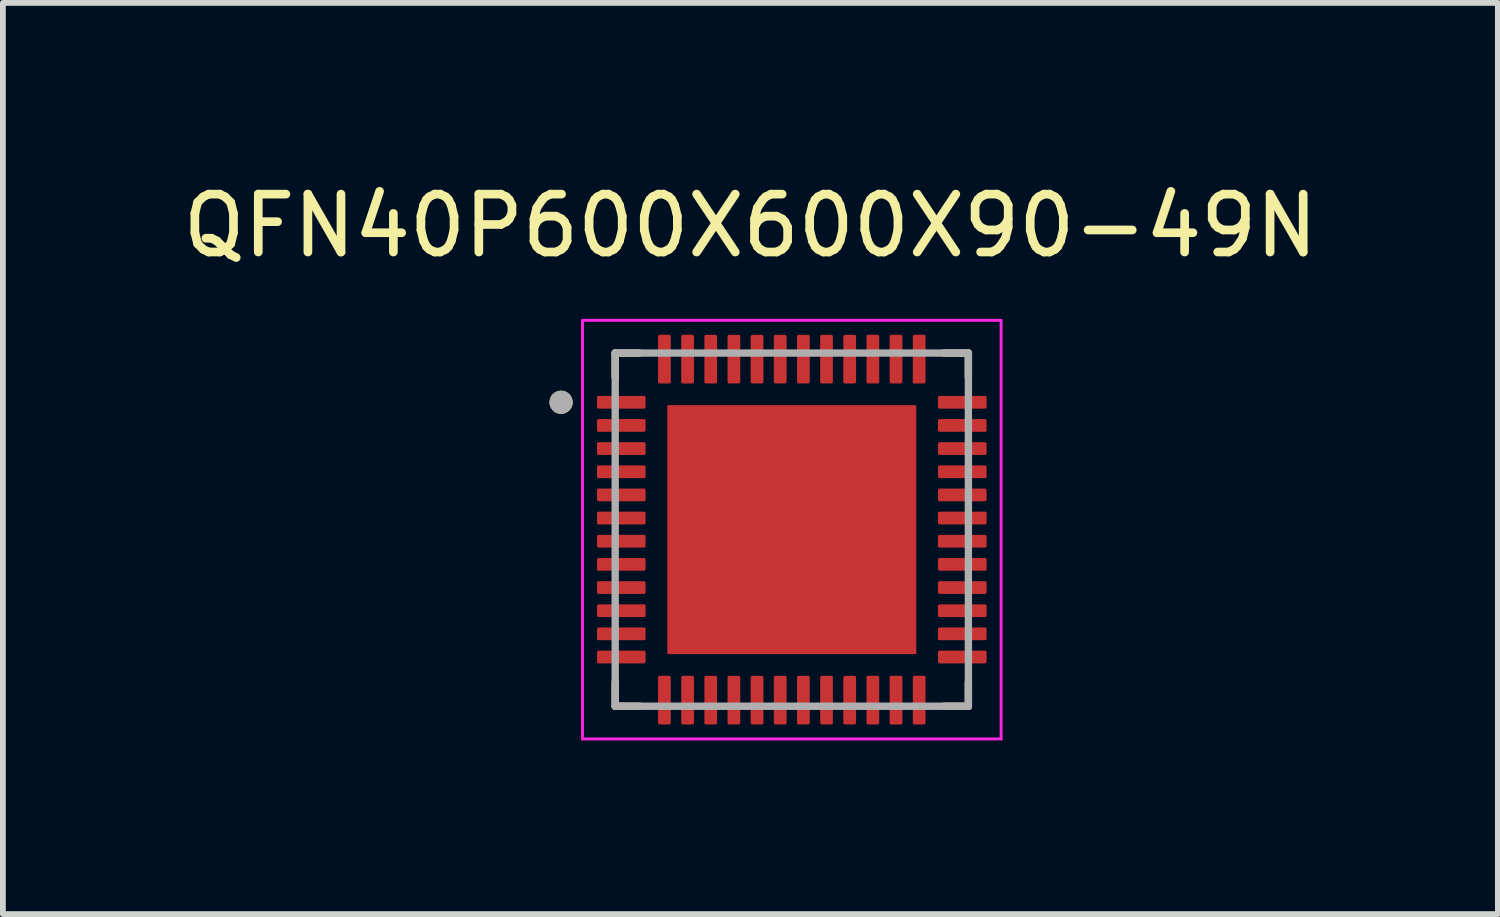
<source format=kicad_pcb>
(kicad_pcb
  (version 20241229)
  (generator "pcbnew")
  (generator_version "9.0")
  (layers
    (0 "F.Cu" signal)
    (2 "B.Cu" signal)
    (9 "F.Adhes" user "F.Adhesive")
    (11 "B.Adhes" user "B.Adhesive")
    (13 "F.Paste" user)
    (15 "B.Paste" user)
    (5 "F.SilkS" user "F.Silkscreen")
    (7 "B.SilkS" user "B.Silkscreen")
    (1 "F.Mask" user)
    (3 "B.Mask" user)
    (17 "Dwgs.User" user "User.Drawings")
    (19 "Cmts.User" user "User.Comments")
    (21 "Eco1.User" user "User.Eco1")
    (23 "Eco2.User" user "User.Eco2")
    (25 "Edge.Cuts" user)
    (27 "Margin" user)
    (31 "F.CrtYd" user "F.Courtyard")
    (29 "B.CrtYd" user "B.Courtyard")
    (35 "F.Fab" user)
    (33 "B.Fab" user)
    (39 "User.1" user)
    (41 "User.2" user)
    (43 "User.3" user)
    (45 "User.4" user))
  (footprint "QFN40P600X600X90-49N"
    (layer "F.Cu")
    (at 10.626 6.098)
    (property "Reference" "QFN40P600X600X90-49N" (at -0.715 -5.25 0) (layer "F.SilkS") (effects (font (size 1 1) (thickness 0.15))))
    (attr smd)
    (fp_poly (pts (xy -2.475 -2.325) (xy -2.475 -2.075) (xy -2.475 -2.073) (xy -2.475 -2.071) (xy -2.475 -2.07) (xy -2.476 -2.068) (xy -2.476 -2.066) (xy -2.477 -2.064) (xy -2.477 -2.062) (xy -2.478 -2.061) (xy -2.479 -2.059) (xy -2.48 -2.058) (xy -2.481 -2.056) (xy -2.482 -2.054) (xy -2.483 -2.053) (xy -2.484 -2.052) (xy -2.485 -2.05) (xy -2.487 -2.049) (xy -2.488 -2.048) (xy -2.489 -2.047) (xy -2.491 -2.046) (xy -2.492 -2.045) (xy -2.494 -2.044) (xy -2.496 -2.043) (xy -2.497 -2.042) (xy -2.499 -2.042) (xy -2.501 -2.041) (xy -2.503 -2.041) (xy -2.505 -2.04) (xy -2.506 -2.04) (xy -2.508 -2.04) (xy -2.51 -2.04) (xy -3.38 -2.04) (xy -3.382 -2.04) (xy -3.384 -2.04) (xy -3.385 -2.04) (xy -3.387 -2.041) (xy -3.389 -2.041) (xy -3.391 -2.042) (xy -3.393 -2.042) (xy -3.394 -2.043) (xy -3.396 -2.044) (xy -3.397 -2.045) (xy -3.399 -2.046) (xy -3.401 -2.047) (xy -3.402 -2.048) (xy -3.403 -2.049) (xy -3.405 -2.05) (xy -3.406 -2.052) (xy -3.407 -2.053) (xy -3.408 -2.054) (xy -3.409 -2.056) (xy -3.41 -2.058) (xy -3.411 -2.059) (xy -3.412 -2.061) (xy -3.413 -2.062) (xy -3.413 -2.064) (xy -3.414 -2.066) (xy -3.414 -2.068) (xy -3.415 -2.07) (xy -3.415 -2.071) (xy -3.415 -2.073) (xy -3.415 -2.075) (xy -3.415 -2.325) (xy -3.415 -2.327) (xy -3.415 -2.329) (xy -3.415 -2.33) (xy -3.414 -2.332) (xy -3.414 -2.334) (xy -3.413 -2.336) (xy -3.413 -2.338) (xy -3.412 -2.339) (xy -3.411 -2.341) (xy -3.41 -2.343) (xy -3.409 -2.344) (xy -3.408 -2.346) (xy -3.407 -2.347) (xy -3.406 -2.348) (xy -3.405 -2.35) (xy -3.403 -2.351) (xy -3.402 -2.352) (xy -3.401 -2.353) (xy -3.399 -2.354) (xy -3.397 -2.355) (xy -3.396 -2.356) (xy -3.394 -2.357) (xy -3.393 -2.358) (xy -3.391 -2.358) (xy -3.389 -2.359) (xy -3.387 -2.359) (xy -3.385 -2.36) (xy -3.384 -2.36) (xy -3.382 -2.36) (xy -3.38 -2.36) (xy -2.51 -2.36) (xy -2.508 -2.36) (xy -2.506 -2.36) (xy -2.505 -2.36) (xy -2.503 -2.359) (xy -2.501 -2.359) (xy -2.499 -2.358) (xy -2.497 -2.358) (xy -2.496 -2.357) (xy -2.494 -2.356) (xy -2.492 -2.355) (xy -2.491 -2.354) (xy -2.489 -2.353) (xy -2.488 -2.352) (xy -2.487 -2.351) (xy -2.485 -2.35) (xy -2.484 -2.348) (xy -2.483 -2.347) (xy -2.482 -2.346) (xy -2.481 -2.344) (xy -2.48 -2.343) (xy -2.479 -2.341) (xy -2.478 -2.339) (xy -2.477 -2.338) (xy -2.477 -2.336) (xy -2.476 -2.334) (xy -2.476 -2.332) (xy -2.475 -2.33) (xy -2.475 -2.329) (xy -2.475 -2.327) (xy -2.475 -2.325)) (stroke (width 0.01) (type solid)) (fill yes) (layer "F.Mask"))
    (fp_poly (pts (xy -2.475 -1.925) (xy -2.475 -1.675) (xy -2.475 -1.673) (xy -2.475 -1.671) (xy -2.475 -1.67) (xy -2.476 -1.668) (xy -2.476 -1.666) (xy -2.477 -1.664) (xy -2.477 -1.662) (xy -2.478 -1.661) (xy -2.479 -1.659) (xy -2.48 -1.657) (xy -2.481 -1.656) (xy -2.482 -1.654) (xy -2.483 -1.653) (xy -2.484 -1.652) (xy -2.485 -1.65) (xy -2.487 -1.649) (xy -2.488 -1.648) (xy -2.489 -1.647) (xy -2.491 -1.646) (xy -2.492 -1.645) (xy -2.494 -1.644) (xy -2.496 -1.643) (xy -2.497 -1.642) (xy -2.499 -1.642) (xy -2.501 -1.641) (xy -2.503 -1.641) (xy -2.505 -1.64) (xy -2.506 -1.64) (xy -2.508 -1.64) (xy -2.51 -1.64) (xy -3.38 -1.64) (xy -3.382 -1.64) (xy -3.384 -1.64) (xy -3.385 -1.64) (xy -3.387 -1.641) (xy -3.389 -1.641) (xy -3.391 -1.642) (xy -3.393 -1.642) (xy -3.394 -1.643) (xy -3.396 -1.644) (xy -3.397 -1.645) (xy -3.399 -1.646) (xy -3.401 -1.647) (xy -3.402 -1.648) (xy -3.403 -1.649) (xy -3.405 -1.65) (xy -3.406 -1.652) (xy -3.407 -1.653) (xy -3.408 -1.654) (xy -3.409 -1.656) (xy -3.41 -1.657) (xy -3.411 -1.659) (xy -3.412 -1.661) (xy -3.413 -1.662) (xy -3.413 -1.664) (xy -3.414 -1.666) (xy -3.414 -1.668) (xy -3.415 -1.67) (xy -3.415 -1.671) (xy -3.415 -1.673) (xy -3.415 -1.675) (xy -3.415 -1.925) (xy -3.415 -1.927) (xy -3.415 -1.929) (xy -3.415 -1.93) (xy -3.414 -1.932) (xy -3.414 -1.934) (xy -3.413 -1.936) (xy -3.413 -1.938) (xy -3.412 -1.939) (xy -3.411 -1.941) (xy -3.41 -1.942) (xy -3.409 -1.944) (xy -3.408 -1.946) (xy -3.407 -1.947) (xy -3.406 -1.948) (xy -3.405 -1.95) (xy -3.403 -1.951) (xy -3.402 -1.952) (xy -3.401 -1.953) (xy -3.399 -1.954) (xy -3.397 -1.955) (xy -3.396 -1.956) (xy -3.394 -1.957) (xy -3.393 -1.958) (xy -3.391 -1.958) (xy -3.389 -1.959) (xy -3.387 -1.959) (xy -3.385 -1.96) (xy -3.384 -1.96) (xy -3.382 -1.96) (xy -3.38 -1.96) (xy -2.51 -1.96) (xy -2.508 -1.96) (xy -2.506 -1.96) (xy -2.505 -1.96) (xy -2.503 -1.959) (xy -2.501 -1.959) (xy -2.499 -1.958) (xy -2.497 -1.958) (xy -2.496 -1.957) (xy -2.494 -1.956) (xy -2.492 -1.955) (xy -2.491 -1.954) (xy -2.489 -1.953) (xy -2.488 -1.952) (xy -2.487 -1.951) (xy -2.485 -1.95) (xy -2.484 -1.948) (xy -2.483 -1.947) (xy -2.482 -1.946) (xy -2.481 -1.944) (xy -2.48 -1.942) (xy -2.479 -1.941) (xy -2.478 -1.939) (xy -2.477 -1.938) (xy -2.477 -1.936) (xy -2.476 -1.934) (xy -2.476 -1.932) (xy -2.475 -1.93) (xy -2.475 -1.929) (xy -2.475 -1.927) (xy -2.475 -1.925)) (stroke (width 0.01) (type solid)) (fill yes) (layer "F.Mask"))
    (fp_poly (pts (xy -2.475 -1.525) (xy -2.475 -1.275) (xy -2.475 -1.273) (xy -2.475 -1.271) (xy -2.475 -1.27) (xy -2.476 -1.268) (xy -2.476 -1.266) (xy -2.477 -1.264) (xy -2.477 -1.262) (xy -2.478 -1.261) (xy -2.479 -1.259) (xy -2.48 -1.257) (xy -2.481 -1.256) (xy -2.482 -1.254) (xy -2.483 -1.253) (xy -2.484 -1.252) (xy -2.485 -1.25) (xy -2.487 -1.249) (xy -2.488 -1.248) (xy -2.489 -1.247) (xy -2.491 -1.246) (xy -2.492 -1.245) (xy -2.494 -1.244) (xy -2.496 -1.243) (xy -2.497 -1.242) (xy -2.499 -1.242) (xy -2.501 -1.241) (xy -2.503 -1.241) (xy -2.505 -1.24) (xy -2.506 -1.24) (xy -2.508 -1.24) (xy -2.51 -1.24) (xy -3.38 -1.24) (xy -3.382 -1.24) (xy -3.384 -1.24) (xy -3.385 -1.24) (xy -3.387 -1.241) (xy -3.389 -1.241) (xy -3.391 -1.242) (xy -3.393 -1.242) (xy -3.394 -1.243) (xy -3.396 -1.244) (xy -3.397 -1.245) (xy -3.399 -1.246) (xy -3.401 -1.247) (xy -3.402 -1.248) (xy -3.403 -1.249) (xy -3.405 -1.25) (xy -3.406 -1.252) (xy -3.407 -1.253) (xy -3.408 -1.254) (xy -3.409 -1.256) (xy -3.41 -1.257) (xy -3.411 -1.259) (xy -3.412 -1.261) (xy -3.413 -1.262) (xy -3.413 -1.264) (xy -3.414 -1.266) (xy -3.414 -1.268) (xy -3.415 -1.27) (xy -3.415 -1.271) (xy -3.415 -1.273) (xy -3.415 -1.275) (xy -3.415 -1.525) (xy -3.415 -1.527) (xy -3.415 -1.529) (xy -3.415 -1.53) (xy -3.414 -1.532) (xy -3.414 -1.534) (xy -3.413 -1.536) (xy -3.413 -1.538) (xy -3.412 -1.539) (xy -3.411 -1.541) (xy -3.41 -1.542) (xy -3.409 -1.544) (xy -3.408 -1.546) (xy -3.407 -1.547) (xy -3.406 -1.548) (xy -3.405 -1.55) (xy -3.403 -1.551) (xy -3.402 -1.552) (xy -3.401 -1.553) (xy -3.399 -1.554) (xy -3.397 -1.555) (xy -3.396 -1.556) (xy -3.394 -1.557) (xy -3.393 -1.558) (xy -3.391 -1.558) (xy -3.389 -1.559) (xy -3.387 -1.559) (xy -3.385 -1.56) (xy -3.384 -1.56) (xy -3.382 -1.56) (xy -3.38 -1.56) (xy -2.51 -1.56) (xy -2.508 -1.56) (xy -2.506 -1.56) (xy -2.505 -1.56) (xy -2.503 -1.559) (xy -2.501 -1.559) (xy -2.499 -1.558) (xy -2.497 -1.558) (xy -2.496 -1.557) (xy -2.494 -1.556) (xy -2.492 -1.555) (xy -2.491 -1.554) (xy -2.489 -1.553) (xy -2.488 -1.552) (xy -2.487 -1.551) (xy -2.485 -1.55) (xy -2.484 -1.548) (xy -2.483 -1.547) (xy -2.482 -1.546) (xy -2.481 -1.544) (xy -2.48 -1.542) (xy -2.479 -1.541) (xy -2.478 -1.539) (xy -2.477 -1.538) (xy -2.477 -1.536) (xy -2.476 -1.534) (xy -2.476 -1.532) (xy -2.475 -1.53) (xy -2.475 -1.529) (xy -2.475 -1.527) (xy -2.475 -1.525)) (stroke (width 0.01) (type solid)) (fill yes) (layer "F.Mask"))
    (fp_poly (pts (xy -2.475 -1.125) (xy -2.475 -0.875) (xy -2.475 -0.873) (xy -2.475 -0.871) (xy -2.475 -0.87) (xy -2.476 -0.868) (xy -2.476 -0.866) (xy -2.477 -0.864) (xy -2.477 -0.862) (xy -2.478 -0.861) (xy -2.479 -0.859) (xy -2.48 -0.857) (xy -2.481 -0.856) (xy -2.482 -0.854) (xy -2.483 -0.853) (xy -2.484 -0.852) (xy -2.485 -0.85) (xy -2.487 -0.849) (xy -2.488 -0.848) (xy -2.489 -0.847) (xy -2.491 -0.846) (xy -2.492 -0.845) (xy -2.494 -0.844) (xy -2.496 -0.843) (xy -2.497 -0.842) (xy -2.499 -0.842) (xy -2.501 -0.841) (xy -2.503 -0.841) (xy -2.505 -0.84) (xy -2.506 -0.84) (xy -2.508 -0.84) (xy -2.51 -0.84) (xy -3.38 -0.84) (xy -3.382 -0.84) (xy -3.384 -0.84) (xy -3.385 -0.84) (xy -3.387 -0.841) (xy -3.389 -0.841) (xy -3.391 -0.842) (xy -3.393 -0.842) (xy -3.394 -0.843) (xy -3.396 -0.844) (xy -3.397 -0.845) (xy -3.399 -0.846) (xy -3.401 -0.847) (xy -3.402 -0.848) (xy -3.403 -0.849) (xy -3.405 -0.85) (xy -3.406 -0.852) (xy -3.407 -0.853) (xy -3.408 -0.854) (xy -3.409 -0.856) (xy -3.41 -0.857) (xy -3.411 -0.859) (xy -3.412 -0.861) (xy -3.413 -0.862) (xy -3.413 -0.864) (xy -3.414 -0.866) (xy -3.414 -0.868) (xy -3.415 -0.87) (xy -3.415 -0.871) (xy -3.415 -0.873) (xy -3.415 -0.875) (xy -3.415 -1.125) (xy -3.415 -1.127) (xy -3.415 -1.129) (xy -3.415 -1.13) (xy -3.414 -1.132) (xy -3.414 -1.134) (xy -3.413 -1.136) (xy -3.413 -1.138) (xy -3.412 -1.139) (xy -3.411 -1.141) (xy -3.41 -1.143) (xy -3.409 -1.144) (xy -3.408 -1.146) (xy -3.407 -1.147) (xy -3.406 -1.148) (xy -3.405 -1.15) (xy -3.403 -1.151) (xy -3.402 -1.152) (xy -3.401 -1.153) (xy -3.399 -1.154) (xy -3.397 -1.155) (xy -3.396 -1.156) (xy -3.394 -1.157) (xy -3.393 -1.158) (xy -3.391 -1.158) (xy -3.389 -1.159) (xy -3.387 -1.159) (xy -3.385 -1.16) (xy -3.384 -1.16) (xy -3.382 -1.16) (xy -3.38 -1.16) (xy -2.51 -1.16) (xy -2.508 -1.16) (xy -2.506 -1.16) (xy -2.505 -1.16) (xy -2.503 -1.159) (xy -2.501 -1.159) (xy -2.499 -1.158) (xy -2.497 -1.158) (xy -2.496 -1.157) (xy -2.494 -1.156) (xy -2.492 -1.155) (xy -2.491 -1.154) (xy -2.489 -1.153) (xy -2.488 -1.152) (xy -2.487 -1.151) (xy -2.485 -1.15) (xy -2.484 -1.148) (xy -2.483 -1.147) (xy -2.482 -1.146) (xy -2.481 -1.144) (xy -2.48 -1.143) (xy -2.479 -1.141) (xy -2.478 -1.139) (xy -2.477 -1.138) (xy -2.477 -1.136) (xy -2.476 -1.134) (xy -2.476 -1.132) (xy -2.475 -1.13) (xy -2.475 -1.129) (xy -2.475 -1.127) (xy -2.475 -1.125)) (stroke (width 0.01) (type solid)) (fill yes) (layer "F.Mask"))
    (fp_poly (pts (xy -2.475 -0.725) (xy -2.475 -0.475) (xy -2.475 -0.473) (xy -2.475 -0.471) (xy -2.475 -0.47) (xy -2.476 -0.468) (xy -2.476 -0.466) (xy -2.477 -0.464) (xy -2.477 -0.462) (xy -2.478 -0.461) (xy -2.479 -0.459) (xy -2.48 -0.457) (xy -2.481 -0.456) (xy -2.482 -0.454) (xy -2.483 -0.453) (xy -2.484 -0.452) (xy -2.485 -0.45) (xy -2.487 -0.449) (xy -2.488 -0.448) (xy -2.489 -0.447) (xy -2.491 -0.446) (xy -2.492 -0.445) (xy -2.494 -0.444) (xy -2.496 -0.443) (xy -2.497 -0.442) (xy -2.499 -0.442) (xy -2.501 -0.441) (xy -2.503 -0.441) (xy -2.505 -0.44) (xy -2.506 -0.44) (xy -2.508 -0.44) (xy -2.51 -0.44) (xy -3.38 -0.44) (xy -3.382 -0.44) (xy -3.384 -0.44) (xy -3.385 -0.44) (xy -3.387 -0.441) (xy -3.389 -0.441) (xy -3.391 -0.442) (xy -3.393 -0.442) (xy -3.394 -0.443) (xy -3.396 -0.444) (xy -3.397 -0.445) (xy -3.399 -0.446) (xy -3.401 -0.447) (xy -3.402 -0.448) (xy -3.403 -0.449) (xy -3.405 -0.45) (xy -3.406 -0.452) (xy -3.407 -0.453) (xy -3.408 -0.454) (xy -3.409 -0.456) (xy -3.41 -0.458) (xy -3.411 -0.459) (xy -3.412 -0.461) (xy -3.413 -0.462) (xy -3.413 -0.464) (xy -3.414 -0.466) (xy -3.414 -0.468) (xy -3.415 -0.47) (xy -3.415 -0.471) (xy -3.415 -0.473) (xy -3.415 -0.475) (xy -3.415 -0.725) (xy -3.415 -0.727) (xy -3.415 -0.729) (xy -3.415 -0.73) (xy -3.414 -0.732) (xy -3.414 -0.734) (xy -3.413 -0.736) (xy -3.413 -0.738) (xy -3.412 -0.739) (xy -3.411 -0.741) (xy -3.41 -0.742) (xy -3.409 -0.744) (xy -3.408 -0.746) (xy -3.407 -0.747) (xy -3.406 -0.748) (xy -3.405 -0.75) (xy -3.403 -0.751) (xy -3.402 -0.752) (xy -3.401 -0.753) (xy -3.399 -0.754) (xy -3.397 -0.755) (xy -3.396 -0.756) (xy -3.394 -0.757) (xy -3.393 -0.758) (xy -3.391 -0.758) (xy -3.389 -0.759) (xy -3.387 -0.759) (xy -3.385 -0.76) (xy -3.384 -0.76) (xy -3.382 -0.76) (xy -3.38 -0.76) (xy -2.51 -0.76) (xy -2.508 -0.76) (xy -2.506 -0.76) (xy -2.505 -0.76) (xy -2.503 -0.759) (xy -2.501 -0.759) (xy -2.499 -0.758) (xy -2.497 -0.758) (xy -2.496 -0.757) (xy -2.494 -0.756) (xy -2.492 -0.755) (xy -2.491 -0.754) (xy -2.489 -0.753) (xy -2.488 -0.752) (xy -2.487 -0.751) (xy -2.485 -0.75) (xy -2.484 -0.748) (xy -2.483 -0.747) (xy -2.482 -0.746) (xy -2.481 -0.744) (xy -2.48 -0.743) (xy -2.479 -0.741) (xy -2.478 -0.739) (xy -2.477 -0.738) (xy -2.477 -0.736) (xy -2.476 -0.734) (xy -2.476 -0.732) (xy -2.475 -0.73) (xy -2.475 -0.729) (xy -2.475 -0.727) (xy -2.475 -0.725)) (stroke (width 0.01) (type solid)) (fill yes) (layer "F.Mask"))
    (fp_poly (pts (xy -2.475 -0.325) (xy -2.475 -0.075) (xy -2.475 -0.073) (xy -2.475 -0.071) (xy -2.475 -0.07) (xy -2.476 -0.068) (xy -2.476 -0.066) (xy -2.477 -0.064) (xy -2.477 -0.062) (xy -2.478 -0.061) (xy -2.479 -0.059) (xy -2.48 -0.057) (xy -2.481 -0.056) (xy -2.482 -0.054) (xy -2.483 -0.053) (xy -2.484 -0.052) (xy -2.485 -0.05) (xy -2.487 -0.049) (xy -2.488 -0.048) (xy -2.489 -0.047) (xy -2.491 -0.046) (xy -2.492 -0.045) (xy -2.494 -0.044) (xy -2.496 -0.043) (xy -2.497 -0.042) (xy -2.499 -0.042) (xy -2.501 -0.041) (xy -2.503 -0.041) (xy -2.505 -0.04) (xy -2.506 -0.04) (xy -2.508 -0.04) (xy -2.51 -0.04) (xy -3.38 -0.04) (xy -3.382 -0.04) (xy -3.384 -0.04) (xy -3.385 -0.04) (xy -3.387 -0.041) (xy -3.389 -0.041) (xy -3.391 -0.042) (xy -3.393 -0.042) (xy -3.394 -0.043) (xy -3.396 -0.044) (xy -3.397 -0.045) (xy -3.399 -0.046) (xy -3.401 -0.047) (xy -3.402 -0.048) (xy -3.403 -0.049) (xy -3.405 -0.05) (xy -3.406 -0.052) (xy -3.407 -0.053) (xy -3.408 -0.054) (xy -3.409 -0.056) (xy -3.41 -0.058) (xy -3.411 -0.059) (xy -3.412 -0.061) (xy -3.413 -0.062) (xy -3.413 -0.064) (xy -3.414 -0.066) (xy -3.414 -0.068) (xy -3.415 -0.07) (xy -3.415 -0.071) (xy -3.415 -0.073) (xy -3.415 -0.075) (xy -3.415 -0.325) (xy -3.415 -0.327) (xy -3.415 -0.329) (xy -3.415 -0.33) (xy -3.414 -0.332) (xy -3.414 -0.334) (xy -3.413 -0.336) (xy -3.413 -0.338) (xy -3.412 -0.339) (xy -3.411 -0.341) (xy -3.41 -0.342) (xy -3.409 -0.344) (xy -3.408 -0.346) (xy -3.407 -0.347) (xy -3.406 -0.348) (xy -3.405 -0.35) (xy -3.403 -0.351) (xy -3.402 -0.352) (xy -3.401 -0.353) (xy -3.399 -0.354) (xy -3.397 -0.355) (xy -3.396 -0.356) (xy -3.394 -0.357) (xy -3.393 -0.358) (xy -3.391 -0.358) (xy -3.389 -0.359) (xy -3.387 -0.359) (xy -3.385 -0.36) (xy -3.384 -0.36) (xy -3.382 -0.36) (xy -3.38 -0.36) (xy -2.51 -0.36) (xy -2.508 -0.36) (xy -2.506 -0.36) (xy -2.505 -0.36) (xy -2.503 -0.359) (xy -2.501 -0.359) (xy -2.499 -0.358) (xy -2.497 -0.358) (xy -2.496 -0.357) (xy -2.494 -0.356) (xy -2.492 -0.355) (xy -2.491 -0.354) (xy -2.489 -0.353) (xy -2.488 -0.352) (xy -2.487 -0.351) (xy -2.485 -0.35) (xy -2.484 -0.348) (xy -2.483 -0.347) (xy -2.482 -0.346) (xy -2.481 -0.344) (xy -2.48 -0.343) (xy -2.479 -0.341) (xy -2.478 -0.339) (xy -2.477 -0.338) (xy -2.477 -0.336) (xy -2.476 -0.334) (xy -2.476 -0.332) (xy -2.475 -0.33) (xy -2.475 -0.329) (xy -2.475 -0.327) (xy -2.475 -0.325)) (stroke (width 0.01) (type solid)) (fill yes) (layer "F.Mask"))
    (fp_poly (pts (xy -2.475 0.075) (xy -2.475 0.325) (xy -2.475 0.327) (xy -2.475 0.329) (xy -2.475 0.33) (xy -2.476 0.332) (xy -2.476 0.334) (xy -2.477 0.336) (xy -2.477 0.338) (xy -2.478 0.339) (xy -2.479 0.341) (xy -2.48 0.343) (xy -2.481 0.344) (xy -2.482 0.346) (xy -2.483 0.347) (xy -2.484 0.348) (xy -2.485 0.35) (xy -2.487 0.351) (xy -2.488 0.352) (xy -2.489 0.353) (xy -2.491 0.354) (xy -2.492 0.355) (xy -2.494 0.356) (xy -2.496 0.357) (xy -2.497 0.358) (xy -2.499 0.358) (xy -2.501 0.359) (xy -2.503 0.359) (xy -2.505 0.36) (xy -2.506 0.36) (xy -2.508 0.36) (xy -2.51 0.36) (xy -3.38 0.36) (xy -3.382 0.36) (xy -3.384 0.36) (xy -3.385 0.36) (xy -3.387 0.359) (xy -3.389 0.359) (xy -3.391 0.358) (xy -3.393 0.358) (xy -3.394 0.357) (xy -3.396 0.356) (xy -3.397 0.355) (xy -3.399 0.354) (xy -3.401 0.353) (xy -3.402 0.352) (xy -3.403 0.351) (xy -3.405 0.35) (xy -3.406 0.348) (xy -3.407 0.347) (xy -3.408 0.346) (xy -3.409 0.344) (xy -3.41 0.342) (xy -3.411 0.341) (xy -3.412 0.339) (xy -3.413 0.338) (xy -3.413 0.336) (xy -3.414 0.334) (xy -3.414 0.332) (xy -3.415 0.33) (xy -3.415 0.329) (xy -3.415 0.327) (xy -3.415 0.325) (xy -3.415 0.075) (xy -3.415 0.073) (xy -3.415 0.071) (xy -3.415 0.07) (xy -3.414 0.068) (xy -3.414 0.066) (xy -3.413 0.064) (xy -3.413 0.062) (xy -3.412 0.061) (xy -3.411 0.059) (xy -3.41 0.058) (xy -3.409 0.056) (xy -3.408 0.054) (xy -3.407 0.053) (xy -3.406 0.052) (xy -3.405 0.05) (xy -3.403 0.049) (xy -3.402 0.048) (xy -3.401 0.047) (xy -3.399 0.046) (xy -3.397 0.045) (xy -3.396 0.044) (xy -3.394 0.043) (xy -3.393 0.042) (xy -3.391 0.042) (xy -3.389 0.041) (xy -3.387 0.041) (xy -3.385 0.04) (xy -3.384 0.04) (xy -3.382 0.04) (xy -3.38 0.04) (xy -2.51 0.04) (xy -2.508 0.04) (xy -2.506 0.04) (xy -2.505 0.04) (xy -2.503 0.041) (xy -2.501 0.041) (xy -2.499 0.042) (xy -2.497 0.042) (xy -2.496 0.043) (xy -2.494 0.044) (xy -2.492 0.045) (xy -2.491 0.046) (xy -2.489 0.047) (xy -2.488 0.048) (xy -2.487 0.049) (xy -2.485 0.05) (xy -2.484 0.052) (xy -2.483 0.053) (xy -2.482 0.054) (xy -2.481 0.056) (xy -2.48 0.057) (xy -2.479 0.059) (xy -2.478 0.061) (xy -2.477 0.062) (xy -2.477 0.064) (xy -2.476 0.066) (xy -2.476 0.068) (xy -2.475 0.07) (xy -2.475 0.071) (xy -2.475 0.073) (xy -2.475 0.075)) (stroke (width 0.01) (type solid)) (fill yes) (layer "F.Mask"))
    (fp_poly (pts (xy -2.475 0.475) (xy -2.475 0.725) (xy -2.475 0.727) (xy -2.475 0.729) (xy -2.475 0.73) (xy -2.476 0.732) (xy -2.476 0.734) (xy -2.477 0.736) (xy -2.477 0.738) (xy -2.478 0.739) (xy -2.479 0.741) (xy -2.48 0.743) (xy -2.481 0.744) (xy -2.482 0.746) (xy -2.483 0.747) (xy -2.484 0.748) (xy -2.485 0.75) (xy -2.487 0.751) (xy -2.488 0.752) (xy -2.489 0.753) (xy -2.491 0.754) (xy -2.492 0.755) (xy -2.494 0.756) (xy -2.496 0.757) (xy -2.497 0.758) (xy -2.499 0.758) (xy -2.501 0.759) (xy -2.503 0.759) (xy -2.505 0.76) (xy -2.506 0.76) (xy -2.508 0.76) (xy -2.51 0.76) (xy -3.38 0.76) (xy -3.382 0.76) (xy -3.384 0.76) (xy -3.385 0.76) (xy -3.387 0.759) (xy -3.389 0.759) (xy -3.391 0.758) (xy -3.393 0.758) (xy -3.394 0.757) (xy -3.396 0.756) (xy -3.397 0.755) (xy -3.399 0.754) (xy -3.401 0.753) (xy -3.402 0.752) (xy -3.403 0.751) (xy -3.405 0.75) (xy -3.406 0.748) (xy -3.407 0.747) (xy -3.408 0.746) (xy -3.409 0.744) (xy -3.41 0.742) (xy -3.411 0.741) (xy -3.412 0.739) (xy -3.413 0.738) (xy -3.413 0.736) (xy -3.414 0.734) (xy -3.414 0.732) (xy -3.415 0.73) (xy -3.415 0.729) (xy -3.415 0.727) (xy -3.415 0.725) (xy -3.415 0.475) (xy -3.415 0.473) (xy -3.415 0.471) (xy -3.415 0.47) (xy -3.414 0.468) (xy -3.414 0.466) (xy -3.413 0.464) (xy -3.413 0.462) (xy -3.412 0.461) (xy -3.411 0.459) (xy -3.41 0.458) (xy -3.409 0.456) (xy -3.408 0.454) (xy -3.407 0.453) (xy -3.406 0.452) (xy -3.405 0.45) (xy -3.403 0.449) (xy -3.402 0.448) (xy -3.401 0.447) (xy -3.399 0.446) (xy -3.397 0.445) (xy -3.396 0.444) (xy -3.394 0.443) (xy -3.393 0.442) (xy -3.391 0.442) (xy -3.389 0.441) (xy -3.387 0.441) (xy -3.385 0.44) (xy -3.384 0.44) (xy -3.382 0.44) (xy -3.38 0.44) (xy -2.51 0.44) (xy -2.508 0.44) (xy -2.506 0.44) (xy -2.505 0.44) (xy -2.503 0.441) (xy -2.501 0.441) (xy -2.499 0.442) (xy -2.497 0.442) (xy -2.496 0.443) (xy -2.494 0.444) (xy -2.492 0.445) (xy -2.491 0.446) (xy -2.489 0.447) (xy -2.488 0.448) (xy -2.487 0.449) (xy -2.485 0.45) (xy -2.484 0.452) (xy -2.483 0.453) (xy -2.482 0.454) (xy -2.481 0.456) (xy -2.48 0.457) (xy -2.479 0.459) (xy -2.478 0.461) (xy -2.477 0.462) (xy -2.477 0.464) (xy -2.476 0.466) (xy -2.476 0.468) (xy -2.475 0.47) (xy -2.475 0.471) (xy -2.475 0.473) (xy -2.475 0.475)) (stroke (width 0.01) (type solid)) (fill yes) (layer "F.Mask"))
    (fp_poly (pts (xy -2.475 0.875) (xy -2.475 1.125) (xy -2.475 1.127) (xy -2.475 1.129) (xy -2.475 1.13) (xy -2.476 1.132) (xy -2.476 1.134) (xy -2.477 1.136) (xy -2.477 1.138) (xy -2.478 1.139) (xy -2.479 1.141) (xy -2.48 1.143) (xy -2.481 1.144) (xy -2.482 1.146) (xy -2.483 1.147) (xy -2.484 1.148) (xy -2.485 1.15) (xy -2.487 1.151) (xy -2.488 1.152) (xy -2.489 1.153) (xy -2.491 1.154) (xy -2.492 1.155) (xy -2.494 1.156) (xy -2.496 1.157) (xy -2.497 1.158) (xy -2.499 1.158) (xy -2.501 1.159) (xy -2.503 1.159) (xy -2.505 1.16) (xy -2.506 1.16) (xy -2.508 1.16) (xy -2.51 1.16) (xy -3.38 1.16) (xy -3.382 1.16) (xy -3.384 1.16) (xy -3.385 1.16) (xy -3.387 1.159) (xy -3.389 1.159) (xy -3.391 1.158) (xy -3.393 1.158) (xy -3.394 1.157) (xy -3.396 1.156) (xy -3.397 1.155) (xy -3.399 1.154) (xy -3.401 1.153) (xy -3.402 1.152) (xy -3.403 1.151) (xy -3.405 1.15) (xy -3.406 1.148) (xy -3.407 1.147) (xy -3.408 1.146) (xy -3.409 1.144) (xy -3.41 1.143) (xy -3.411 1.141) (xy -3.412 1.139) (xy -3.413 1.138) (xy -3.413 1.136) (xy -3.414 1.134) (xy -3.414 1.132) (xy -3.415 1.13) (xy -3.415 1.129) (xy -3.415 1.127) (xy -3.415 1.125) (xy -3.415 0.875) (xy -3.415 0.873) (xy -3.415 0.871) (xy -3.415 0.87) (xy -3.414 0.868) (xy -3.414 0.866) (xy -3.413 0.864) (xy -3.413 0.862) (xy -3.412 0.861) (xy -3.411 0.859) (xy -3.41 0.857) (xy -3.409 0.856) (xy -3.408 0.854) (xy -3.407 0.853) (xy -3.406 0.852) (xy -3.405 0.85) (xy -3.403 0.849) (xy -3.402 0.848) (xy -3.401 0.847) (xy -3.399 0.846) (xy -3.397 0.845) (xy -3.396 0.844) (xy -3.394 0.843) (xy -3.393 0.842) (xy -3.391 0.842) (xy -3.389 0.841) (xy -3.387 0.841) (xy -3.385 0.84) (xy -3.384 0.84) (xy -3.382 0.84) (xy -3.38 0.84) (xy -2.51 0.84) (xy -2.508 0.84) (xy -2.506 0.84) (xy -2.505 0.84) (xy -2.503 0.841) (xy -2.501 0.841) (xy -2.499 0.842) (xy -2.497 0.842) (xy -2.496 0.843) (xy -2.494 0.844) (xy -2.492 0.845) (xy -2.491 0.846) (xy -2.489 0.847) (xy -2.488 0.848) (xy -2.487 0.849) (xy -2.485 0.85) (xy -2.484 0.852) (xy -2.483 0.853) (xy -2.482 0.854) (xy -2.481 0.856) (xy -2.48 0.857) (xy -2.479 0.859) (xy -2.478 0.861) (xy -2.477 0.862) (xy -2.477 0.864) (xy -2.476 0.866) (xy -2.476 0.868) (xy -2.475 0.87) (xy -2.475 0.871) (xy -2.475 0.873) (xy -2.475 0.875)) (stroke (width 0.01) (type solid)) (fill yes) (layer "F.Mask"))
    (fp_poly (pts (xy -2.475 1.275) (xy -2.475 1.525) (xy -2.475 1.527) (xy -2.475 1.529) (xy -2.475 1.53) (xy -2.476 1.532) (xy -2.476 1.534) (xy -2.477 1.536) (xy -2.477 1.538) (xy -2.478 1.539) (xy -2.479 1.541) (xy -2.48 1.542) (xy -2.481 1.544) (xy -2.482 1.546) (xy -2.483 1.547) (xy -2.484 1.548) (xy -2.485 1.55) (xy -2.487 1.551) (xy -2.488 1.552) (xy -2.489 1.553) (xy -2.491 1.554) (xy -2.492 1.555) (xy -2.494 1.556) (xy -2.496 1.557) (xy -2.497 1.558) (xy -2.499 1.558) (xy -2.501 1.559) (xy -2.503 1.559) (xy -2.505 1.56) (xy -2.506 1.56) (xy -2.508 1.56) (xy -2.51 1.56) (xy -3.38 1.56) (xy -3.382 1.56) (xy -3.384 1.56) (xy -3.385 1.56) (xy -3.387 1.559) (xy -3.389 1.559) (xy -3.391 1.558) (xy -3.393 1.558) (xy -3.394 1.557) (xy -3.396 1.556) (xy -3.397 1.555) (xy -3.399 1.554) (xy -3.401 1.553) (xy -3.402 1.552) (xy -3.403 1.551) (xy -3.405 1.55) (xy -3.406 1.548) (xy -3.407 1.547) (xy -3.408 1.546) (xy -3.409 1.544) (xy -3.41 1.542) (xy -3.411 1.541) (xy -3.412 1.539) (xy -3.413 1.538) (xy -3.413 1.536) (xy -3.414 1.534) (xy -3.414 1.532) (xy -3.415 1.53) (xy -3.415 1.529) (xy -3.415 1.527) (xy -3.415 1.525) (xy -3.415 1.275) (xy -3.415 1.273) (xy -3.415 1.271) (xy -3.415 1.27) (xy -3.414 1.268) (xy -3.414 1.266) (xy -3.413 1.264) (xy -3.413 1.262) (xy -3.412 1.261) (xy -3.411 1.259) (xy -3.41 1.257) (xy -3.409 1.256) (xy -3.408 1.254) (xy -3.407 1.253) (xy -3.406 1.252) (xy -3.405 1.25) (xy -3.403 1.249) (xy -3.402 1.248) (xy -3.401 1.247) (xy -3.399 1.246) (xy -3.397 1.245) (xy -3.396 1.244) (xy -3.394 1.243) (xy -3.393 1.242) (xy -3.391 1.242) (xy -3.389 1.241) (xy -3.387 1.241) (xy -3.385 1.24) (xy -3.384 1.24) (xy -3.382 1.24) (xy -3.38 1.24) (xy -2.51 1.24) (xy -2.508 1.24) (xy -2.506 1.24) (xy -2.505 1.24) (xy -2.503 1.241) (xy -2.501 1.241) (xy -2.499 1.242) (xy -2.497 1.242) (xy -2.496 1.243) (xy -2.494 1.244) (xy -2.492 1.245) (xy -2.491 1.246) (xy -2.489 1.247) (xy -2.488 1.248) (xy -2.487 1.249) (xy -2.485 1.25) (xy -2.484 1.252) (xy -2.483 1.253) (xy -2.482 1.254) (xy -2.481 1.256) (xy -2.48 1.257) (xy -2.479 1.259) (xy -2.478 1.261) (xy -2.477 1.262) (xy -2.477 1.264) (xy -2.476 1.266) (xy -2.476 1.268) (xy -2.475 1.27) (xy -2.475 1.271) (xy -2.475 1.273) (xy -2.475 1.275)) (stroke (width 0.01) (type solid)) (fill yes) (layer "F.Mask"))
    (fp_poly (pts (xy -2.475 1.675) (xy -2.475 1.925) (xy -2.475 1.927) (xy -2.475 1.929) (xy -2.475 1.93) (xy -2.476 1.932) (xy -2.476 1.934) (xy -2.477 1.936) (xy -2.477 1.938) (xy -2.478 1.939) (xy -2.479 1.941) (xy -2.48 1.942) (xy -2.481 1.944) (xy -2.482 1.946) (xy -2.483 1.947) (xy -2.484 1.948) (xy -2.485 1.95) (xy -2.487 1.951) (xy -2.488 1.952) (xy -2.489 1.953) (xy -2.491 1.954) (xy -2.492 1.955) (xy -2.494 1.956) (xy -2.496 1.957) (xy -2.497 1.958) (xy -2.499 1.958) (xy -2.501 1.959) (xy -2.503 1.959) (xy -2.505 1.96) (xy -2.506 1.96) (xy -2.508 1.96) (xy -2.51 1.96) (xy -3.38 1.96) (xy -3.382 1.96) (xy -3.384 1.96) (xy -3.385 1.96) (xy -3.387 1.959) (xy -3.389 1.959) (xy -3.391 1.958) (xy -3.393 1.958) (xy -3.394 1.957) (xy -3.396 1.956) (xy -3.397 1.955) (xy -3.399 1.954) (xy -3.401 1.953) (xy -3.402 1.952) (xy -3.403 1.951) (xy -3.405 1.95) (xy -3.406 1.948) (xy -3.407 1.947) (xy -3.408 1.946) (xy -3.409 1.944) (xy -3.41 1.942) (xy -3.411 1.941) (xy -3.412 1.939) (xy -3.413 1.938) (xy -3.413 1.936) (xy -3.414 1.934) (xy -3.414 1.932) (xy -3.415 1.93) (xy -3.415 1.929) (xy -3.415 1.927) (xy -3.415 1.925) (xy -3.415 1.675) (xy -3.415 1.673) (xy -3.415 1.671) (xy -3.415 1.67) (xy -3.414 1.668) (xy -3.414 1.666) (xy -3.413 1.664) (xy -3.413 1.662) (xy -3.412 1.661) (xy -3.411 1.659) (xy -3.41 1.657) (xy -3.409 1.656) (xy -3.408 1.654) (xy -3.407 1.653) (xy -3.406 1.652) (xy -3.405 1.65) (xy -3.403 1.649) (xy -3.402 1.648) (xy -3.401 1.647) (xy -3.399 1.646) (xy -3.397 1.645) (xy -3.396 1.644) (xy -3.394 1.643) (xy -3.393 1.642) (xy -3.391 1.642) (xy -3.389 1.641) (xy -3.387 1.641) (xy -3.385 1.64) (xy -3.384 1.64) (xy -3.382 1.64) (xy -3.38 1.64) (xy -2.51 1.64) (xy -2.508 1.64) (xy -2.506 1.64) (xy -2.505 1.64) (xy -2.503 1.641) (xy -2.501 1.641) (xy -2.499 1.642) (xy -2.497 1.642) (xy -2.496 1.643) (xy -2.494 1.644) (xy -2.492 1.645) (xy -2.491 1.646) (xy -2.489 1.647) (xy -2.488 1.648) (xy -2.487 1.649) (xy -2.485 1.65) (xy -2.484 1.652) (xy -2.483 1.653) (xy -2.482 1.654) (xy -2.481 1.656) (xy -2.48 1.657) (xy -2.479 1.659) (xy -2.478 1.661) (xy -2.477 1.662) (xy -2.477 1.664) (xy -2.476 1.666) (xy -2.476 1.668) (xy -2.475 1.67) (xy -2.475 1.671) (xy -2.475 1.673) (xy -2.475 1.675)) (stroke (width 0.01) (type solid)) (fill yes) (layer "F.Mask"))
    (fp_poly (pts (xy -2.475 2.075) (xy -2.475 2.325) (xy -2.475 2.327) (xy -2.475 2.329) (xy -2.475 2.33) (xy -2.476 2.332) (xy -2.476 2.334) (xy -2.477 2.336) (xy -2.477 2.338) (xy -2.478 2.339) (xy -2.479 2.341) (xy -2.48 2.343) (xy -2.481 2.344) (xy -2.482 2.346) (xy -2.483 2.347) (xy -2.484 2.348) (xy -2.485 2.35) (xy -2.487 2.351) (xy -2.488 2.352) (xy -2.489 2.353) (xy -2.491 2.354) (xy -2.492 2.355) (xy -2.494 2.356) (xy -2.496 2.357) (xy -2.497 2.358) (xy -2.499 2.358) (xy -2.501 2.359) (xy -2.503 2.359) (xy -2.505 2.36) (xy -2.506 2.36) (xy -2.508 2.36) (xy -2.51 2.36) (xy -3.38 2.36) (xy -3.382 2.36) (xy -3.384 2.36) (xy -3.385 2.36) (xy -3.387 2.359) (xy -3.389 2.359) (xy -3.391 2.358) (xy -3.393 2.358) (xy -3.394 2.357) (xy -3.396 2.356) (xy -3.397 2.355) (xy -3.399 2.354) (xy -3.401 2.353) (xy -3.402 2.352) (xy -3.403 2.351) (xy -3.405 2.35) (xy -3.406 2.348) (xy -3.407 2.347) (xy -3.408 2.346) (xy -3.409 2.344) (xy -3.41 2.343) (xy -3.411 2.341) (xy -3.412 2.339) (xy -3.413 2.338) (xy -3.413 2.336) (xy -3.414 2.334) (xy -3.414 2.332) (xy -3.415 2.33) (xy -3.415 2.329) (xy -3.415 2.327) (xy -3.415 2.325) (xy -3.415 2.075) (xy -3.415 2.073) (xy -3.415 2.071) (xy -3.415 2.07) (xy -3.414 2.068) (xy -3.414 2.066) (xy -3.413 2.064) (xy -3.413 2.062) (xy -3.412 2.061) (xy -3.411 2.059) (xy -3.41 2.058) (xy -3.409 2.056) (xy -3.408 2.054) (xy -3.407 2.053) (xy -3.406 2.052) (xy -3.405 2.05) (xy -3.403 2.049) (xy -3.402 2.048) (xy -3.401 2.047) (xy -3.399 2.046) (xy -3.397 2.045) (xy -3.396 2.044) (xy -3.394 2.043) (xy -3.393 2.042) (xy -3.391 2.042) (xy -3.389 2.041) (xy -3.387 2.041) (xy -3.385 2.04) (xy -3.384 2.04) (xy -3.382 2.04) (xy -3.38 2.04) (xy -2.51 2.04) (xy -2.508 2.04) (xy -2.506 2.04) (xy -2.505 2.04) (xy -2.503 2.041) (xy -2.501 2.041) (xy -2.499 2.042) (xy -2.497 2.042) (xy -2.496 2.043) (xy -2.494 2.044) (xy -2.492 2.045) (xy -2.491 2.046) (xy -2.489 2.047) (xy -2.488 2.048) (xy -2.487 2.049) (xy -2.485 2.05) (xy -2.484 2.052) (xy -2.483 2.053) (xy -2.482 2.054) (xy -2.481 2.056) (xy -2.48 2.058) (xy -2.479 2.059) (xy -2.478 2.061) (xy -2.477 2.062) (xy -2.477 2.064) (xy -2.476 2.066) (xy -2.476 2.068) (xy -2.475 2.07) (xy -2.475 2.071) (xy -2.475 2.073) (xy -2.475 2.075)) (stroke (width 0.01) (type solid)) (fill yes) (layer "F.Mask"))
    (fp_poly (pts (xy -2.36 -2.51) (xy -2.36 -3.38) (xy -2.36 -3.382) (xy -2.36 -3.384) (xy -2.36 -3.385) (xy -2.359 -3.387) (xy -2.359 -3.389) (xy -2.358 -3.391) (xy -2.358 -3.393) (xy -2.357 -3.394) (xy -2.356 -3.396) (xy -2.355 -3.397) (xy -2.354 -3.399) (xy -2.353 -3.401) (xy -2.352 -3.402) (xy -2.351 -3.403) (xy -2.35 -3.405) (xy -2.348 -3.406) (xy -2.347 -3.407) (xy -2.346 -3.408) (xy -2.344 -3.409) (xy -2.343 -3.41) (xy -2.341 -3.411) (xy -2.339 -3.412) (xy -2.338 -3.413) (xy -2.336 -3.413) (xy -2.334 -3.414) (xy -2.332 -3.414) (xy -2.33 -3.415) (xy -2.329 -3.415) (xy -2.327 -3.415) (xy -2.325 -3.415) (xy -2.075 -3.415) (xy -2.073 -3.415) (xy -2.071 -3.415) (xy -2.07 -3.415) (xy -2.068 -3.414) (xy -2.066 -3.414) (xy -2.064 -3.413) (xy -2.062 -3.413) (xy -2.061 -3.412) (xy -2.059 -3.411) (xy -2.058 -3.41) (xy -2.056 -3.409) (xy -2.054 -3.408) (xy -2.053 -3.407) (xy -2.052 -3.406) (xy -2.05 -3.405) (xy -2.049 -3.403) (xy -2.048 -3.402) (xy -2.047 -3.401) (xy -2.046 -3.399) (xy -2.045 -3.397) (xy -2.044 -3.396) (xy -2.043 -3.394) (xy -2.042 -3.393) (xy -2.042 -3.391) (xy -2.041 -3.389) (xy -2.041 -3.387) (xy -2.04 -3.385) (xy -2.04 -3.384) (xy -2.04 -3.382) (xy -2.04 -3.38) (xy -2.04 -2.51) (xy -2.04 -2.508) (xy -2.04 -2.506) (xy -2.04 -2.505) (xy -2.041 -2.503) (xy -2.041 -2.501) (xy -2.042 -2.499) (xy -2.042 -2.497) (xy -2.043 -2.496) (xy -2.044 -2.494) (xy -2.045 -2.492) (xy -2.046 -2.491) (xy -2.047 -2.489) (xy -2.048 -2.488) (xy -2.049 -2.487) (xy -2.05 -2.485) (xy -2.052 -2.484) (xy -2.053 -2.483) (xy -2.054 -2.482) (xy -2.056 -2.481) (xy -2.058 -2.48) (xy -2.059 -2.479) (xy -2.061 -2.478) (xy -2.062 -2.477) (xy -2.064 -2.477) (xy -2.066 -2.476) (xy -2.068 -2.476) (xy -2.07 -2.475) (xy -2.071 -2.475) (xy -2.073 -2.475) (xy -2.075 -2.475) (xy -2.325 -2.475) (xy -2.327 -2.475) (xy -2.329 -2.475) (xy -2.33 -2.475) (xy -2.332 -2.476) (xy -2.334 -2.476) (xy -2.336 -2.477) (xy -2.338 -2.477) (xy -2.339 -2.478) (xy -2.341 -2.479) (xy -2.343 -2.48) (xy -2.344 -2.481) (xy -2.346 -2.482) (xy -2.347 -2.483) (xy -2.348 -2.484) (xy -2.35 -2.485) (xy -2.351 -2.487) (xy -2.352 -2.488) (xy -2.353 -2.489) (xy -2.354 -2.491) (xy -2.355 -2.492) (xy -2.356 -2.494) (xy -2.357 -2.496) (xy -2.358 -2.497) (xy -2.358 -2.499) (xy -2.359 -2.501) (xy -2.359 -2.503) (xy -2.36 -2.505) (xy -2.36 -2.506) (xy -2.36 -2.508) (xy -2.36 -2.51)) (stroke (width 0.01) (type solid)) (fill yes) (layer "F.Mask"))
    (fp_poly (pts (xy -2.36 3.38) (xy -2.36 2.51) (xy -2.36 2.508) (xy -2.36 2.506) (xy -2.36 2.505) (xy -2.359 2.503) (xy -2.359 2.501) (xy -2.358 2.499) (xy -2.358 2.497) (xy -2.357 2.496) (xy -2.356 2.494) (xy -2.355 2.492) (xy -2.354 2.491) (xy -2.353 2.489) (xy -2.352 2.488) (xy -2.351 2.487) (xy -2.35 2.485) (xy -2.348 2.484) (xy -2.347 2.483) (xy -2.346 2.482) (xy -2.344 2.481) (xy -2.342 2.48) (xy -2.341 2.479) (xy -2.339 2.478) (xy -2.338 2.477) (xy -2.336 2.477) (xy -2.334 2.476) (xy -2.332 2.476) (xy -2.33 2.475) (xy -2.329 2.475) (xy -2.327 2.475) (xy -2.325 2.475) (xy -2.075 2.475) (xy -2.073 2.475) (xy -2.071 2.475) (xy -2.07 2.475) (xy -2.068 2.476) (xy -2.066 2.476) (xy -2.064 2.477) (xy -2.062 2.477) (xy -2.061 2.478) (xy -2.059 2.479) (xy -2.058 2.48) (xy -2.056 2.481) (xy -2.054 2.482) (xy -2.053 2.483) (xy -2.052 2.484) (xy -2.05 2.485) (xy -2.049 2.487) (xy -2.048 2.488) (xy -2.047 2.489) (xy -2.046 2.491) (xy -2.045 2.492) (xy -2.044 2.494) (xy -2.043 2.496) (xy -2.042 2.497) (xy -2.042 2.499) (xy -2.041 2.501) (xy -2.041 2.503) (xy -2.04 2.505) (xy -2.04 2.506) (xy -2.04 2.508) (xy -2.04 2.51) (xy -2.04 3.38) (xy -2.04 3.382) (xy -2.04 3.384) (xy -2.04 3.385) (xy -2.041 3.387) (xy -2.041 3.389) (xy -2.042 3.391) (xy -2.042 3.393) (xy -2.043 3.394) (xy -2.044 3.396) (xy -2.045 3.397) (xy -2.046 3.399) (xy -2.047 3.401) (xy -2.048 3.402) (xy -2.049 3.403) (xy -2.05 3.405) (xy -2.052 3.406) (xy -2.053 3.407) (xy -2.054 3.408) (xy -2.056 3.409) (xy -2.058 3.41) (xy -2.059 3.411) (xy -2.061 3.412) (xy -2.062 3.413) (xy -2.064 3.413) (xy -2.066 3.414) (xy -2.068 3.414) (xy -2.07 3.415) (xy -2.071 3.415) (xy -2.073 3.415) (xy -2.075 3.415) (xy -2.325 3.415) (xy -2.327 3.415) (xy -2.329 3.415) (xy -2.33 3.415) (xy -2.332 3.414) (xy -2.334 3.414) (xy -2.336 3.413) (xy -2.338 3.413) (xy -2.339 3.412) (xy -2.341 3.411) (xy -2.343 3.41) (xy -2.344 3.409) (xy -2.346 3.408) (xy -2.347 3.407) (xy -2.348 3.406) (xy -2.35 3.405) (xy -2.351 3.403) (xy -2.352 3.402) (xy -2.353 3.401) (xy -2.354 3.399) (xy -2.355 3.397) (xy -2.356 3.396) (xy -2.357 3.394) (xy -2.358 3.393) (xy -2.358 3.391) (xy -2.359 3.389) (xy -2.359 3.387) (xy -2.36 3.385) (xy -2.36 3.384) (xy -2.36 3.382) (xy -2.36 3.38)) (stroke (width 0.01) (type solid)) (fill yes) (layer "F.Mask"))
    (fp_poly (pts (xy -1.96 -2.51) (xy -1.96 -3.38) (xy -1.96 -3.382) (xy -1.96 -3.384) (xy -1.96 -3.385) (xy -1.959 -3.387) (xy -1.959 -3.389) (xy -1.958 -3.391) (xy -1.958 -3.393) (xy -1.957 -3.394) (xy -1.956 -3.396) (xy -1.955 -3.397) (xy -1.954 -3.399) (xy -1.953 -3.401) (xy -1.952 -3.402) (xy -1.951 -3.403) (xy -1.95 -3.405) (xy -1.948 -3.406) (xy -1.947 -3.407) (xy -1.946 -3.408) (xy -1.944 -3.409) (xy -1.942 -3.41) (xy -1.941 -3.411) (xy -1.939 -3.412) (xy -1.938 -3.413) (xy -1.936 -3.413) (xy -1.934 -3.414) (xy -1.932 -3.414) (xy -1.93 -3.415) (xy -1.929 -3.415) (xy -1.927 -3.415) (xy -1.925 -3.415) (xy -1.675 -3.415) (xy -1.673 -3.415) (xy -1.671 -3.415) (xy -1.67 -3.415) (xy -1.668 -3.414) (xy -1.666 -3.414) (xy -1.664 -3.413) (xy -1.662 -3.413) (xy -1.661 -3.412) (xy -1.659 -3.411) (xy -1.657 -3.41) (xy -1.656 -3.409) (xy -1.654 -3.408) (xy -1.653 -3.407) (xy -1.652 -3.406) (xy -1.65 -3.405) (xy -1.649 -3.403) (xy -1.648 -3.402) (xy -1.647 -3.401) (xy -1.646 -3.399) (xy -1.645 -3.397) (xy -1.644 -3.396) (xy -1.643 -3.394) (xy -1.642 -3.393) (xy -1.642 -3.391) (xy -1.641 -3.389) (xy -1.641 -3.387) (xy -1.64 -3.385) (xy -1.64 -3.384) (xy -1.64 -3.382) (xy -1.64 -3.38) (xy -1.64 -2.51) (xy -1.64 -2.508) (xy -1.64 -2.506) (xy -1.64 -2.505) (xy -1.641 -2.503) (xy -1.641 -2.501) (xy -1.642 -2.499) (xy -1.642 -2.497) (xy -1.643 -2.496) (xy -1.644 -2.494) (xy -1.645 -2.492) (xy -1.646 -2.491) (xy -1.647 -2.489) (xy -1.648 -2.488) (xy -1.649 -2.487) (xy -1.65 -2.485) (xy -1.652 -2.484) (xy -1.653 -2.483) (xy -1.654 -2.482) (xy -1.656 -2.481) (xy -1.657 -2.48) (xy -1.659 -2.479) (xy -1.661 -2.478) (xy -1.662 -2.477) (xy -1.664 -2.477) (xy -1.666 -2.476) (xy -1.668 -2.476) (xy -1.67 -2.475) (xy -1.671 -2.475) (xy -1.673 -2.475) (xy -1.675 -2.475) (xy -1.925 -2.475) (xy -1.927 -2.475) (xy -1.929 -2.475) (xy -1.93 -2.475) (xy -1.932 -2.476) (xy -1.934 -2.476) (xy -1.936 -2.477) (xy -1.938 -2.477) (xy -1.939 -2.478) (xy -1.941 -2.479) (xy -1.942 -2.48) (xy -1.944 -2.481) (xy -1.946 -2.482) (xy -1.947 -2.483) (xy -1.948 -2.484) (xy -1.95 -2.485) (xy -1.951 -2.487) (xy -1.952 -2.488) (xy -1.953 -2.489) (xy -1.954 -2.491) (xy -1.955 -2.492) (xy -1.956 -2.494) (xy -1.957 -2.496) (xy -1.958 -2.497) (xy -1.958 -2.499) (xy -1.959 -2.501) (xy -1.959 -2.503) (xy -1.96 -2.505) (xy -1.96 -2.506) (xy -1.96 -2.508) (xy -1.96 -2.51)) (stroke (width 0.01) (type solid)) (fill yes) (layer "F.Mask"))
    (fp_poly (pts (xy -1.96 3.38) (xy -1.96 2.51) (xy -1.96 2.508) (xy -1.96 2.506) (xy -1.96 2.505) (xy -1.959 2.503) (xy -1.959 2.501) (xy -1.958 2.499) (xy -1.958 2.497) (xy -1.957 2.496) (xy -1.956 2.494) (xy -1.955 2.492) (xy -1.954 2.491) (xy -1.953 2.489) (xy -1.952 2.488) (xy -1.951 2.487) (xy -1.95 2.485) (xy -1.948 2.484) (xy -1.947 2.483) (xy -1.946 2.482) (xy -1.944 2.481) (xy -1.942 2.48) (xy -1.941 2.479) (xy -1.939 2.478) (xy -1.938 2.477) (xy -1.936 2.477) (xy -1.934 2.476) (xy -1.932 2.476) (xy -1.93 2.475) (xy -1.929 2.475) (xy -1.927 2.475) (xy -1.925 2.475) (xy -1.675 2.475) (xy -1.673 2.475) (xy -1.671 2.475) (xy -1.67 2.475) (xy -1.668 2.476) (xy -1.666 2.476) (xy -1.664 2.477) (xy -1.662 2.477) (xy -1.661 2.478) (xy -1.659 2.479) (xy -1.657 2.48) (xy -1.656 2.481) (xy -1.654 2.482) (xy -1.653 2.483) (xy -1.652 2.484) (xy -1.65 2.485) (xy -1.649 2.487) (xy -1.648 2.488) (xy -1.647 2.489) (xy -1.646 2.491) (xy -1.645 2.492) (xy -1.644 2.494) (xy -1.643 2.496) (xy -1.642 2.497) (xy -1.642 2.499) (xy -1.641 2.501) (xy -1.641 2.503) (xy -1.64 2.505) (xy -1.64 2.506) (xy -1.64 2.508) (xy -1.64 2.51) (xy -1.64 3.38) (xy -1.64 3.382) (xy -1.64 3.384) (xy -1.64 3.385) (xy -1.641 3.387) (xy -1.641 3.389) (xy -1.642 3.391) (xy -1.642 3.393) (xy -1.643 3.394) (xy -1.644 3.396) (xy -1.645 3.397) (xy -1.646 3.399) (xy -1.647 3.401) (xy -1.648 3.402) (xy -1.649 3.403) (xy -1.65 3.405) (xy -1.652 3.406) (xy -1.653 3.407) (xy -1.654 3.408) (xy -1.656 3.409) (xy -1.657 3.41) (xy -1.659 3.411) (xy -1.661 3.412) (xy -1.662 3.413) (xy -1.664 3.413) (xy -1.666 3.414) (xy -1.668 3.414) (xy -1.67 3.415) (xy -1.671 3.415) (xy -1.673 3.415) (xy -1.675 3.415) (xy -1.925 3.415) (xy -1.927 3.415) (xy -1.929 3.415) (xy -1.93 3.415) (xy -1.932 3.414) (xy -1.934 3.414) (xy -1.936 3.413) (xy -1.938 3.413) (xy -1.939 3.412) (xy -1.941 3.411) (xy -1.942 3.41) (xy -1.944 3.409) (xy -1.946 3.408) (xy -1.947 3.407) (xy -1.948 3.406) (xy -1.95 3.405) (xy -1.951 3.403) (xy -1.952 3.402) (xy -1.953 3.401) (xy -1.954 3.399) (xy -1.955 3.397) (xy -1.956 3.396) (xy -1.957 3.394) (xy -1.958 3.393) (xy -1.958 3.391) (xy -1.959 3.389) (xy -1.959 3.387) (xy -1.96 3.385) (xy -1.96 3.384) (xy -1.96 3.382) (xy -1.96 3.38)) (stroke (width 0.01) (type solid)) (fill yes) (layer "F.Mask"))
    (fp_poly (pts (xy -1.56 -2.51) (xy -1.56 -3.38) (xy -1.56 -3.382) (xy -1.56 -3.384) (xy -1.56 -3.385) (xy -1.559 -3.387) (xy -1.559 -3.389) (xy -1.558 -3.391) (xy -1.558 -3.393) (xy -1.557 -3.394) (xy -1.556 -3.396) (xy -1.555 -3.397) (xy -1.554 -3.399) (xy -1.553 -3.401) (xy -1.552 -3.402) (xy -1.551 -3.403) (xy -1.55 -3.405) (xy -1.548 -3.406) (xy -1.547 -3.407) (xy -1.546 -3.408) (xy -1.544 -3.409) (xy -1.542 -3.41) (xy -1.541 -3.411) (xy -1.539 -3.412) (xy -1.538 -3.413) (xy -1.536 -3.413) (xy -1.534 -3.414) (xy -1.532 -3.414) (xy -1.53 -3.415) (xy -1.529 -3.415) (xy -1.527 -3.415) (xy -1.525 -3.415) (xy -1.275 -3.415) (xy -1.273 -3.415) (xy -1.271 -3.415) (xy -1.27 -3.415) (xy -1.268 -3.414) (xy -1.266 -3.414) (xy -1.264 -3.413) (xy -1.262 -3.413) (xy -1.261 -3.412) (xy -1.259 -3.411) (xy -1.257 -3.41) (xy -1.256 -3.409) (xy -1.254 -3.408) (xy -1.253 -3.407) (xy -1.252 -3.406) (xy -1.25 -3.405) (xy -1.249 -3.403) (xy -1.248 -3.402) (xy -1.247 -3.401) (xy -1.246 -3.399) (xy -1.245 -3.397) (xy -1.244 -3.396) (xy -1.243 -3.394) (xy -1.242 -3.393) (xy -1.242 -3.391) (xy -1.241 -3.389) (xy -1.241 -3.387) (xy -1.24 -3.385) (xy -1.24 -3.384) (xy -1.24 -3.382) (xy -1.24 -3.38) (xy -1.24 -2.51) (xy -1.24 -2.508) (xy -1.24 -2.506) (xy -1.24 -2.505) (xy -1.241 -2.503) (xy -1.241 -2.501) (xy -1.242 -2.499) (xy -1.242 -2.497) (xy -1.243 -2.496) (xy -1.244 -2.494) (xy -1.245 -2.492) (xy -1.246 -2.491) (xy -1.247 -2.489) (xy -1.248 -2.488) (xy -1.249 -2.487) (xy -1.25 -2.485) (xy -1.252 -2.484) (xy -1.253 -2.483) (xy -1.254 -2.482) (xy -1.256 -2.481) (xy -1.257 -2.48) (xy -1.259 -2.479) (xy -1.261 -2.478) (xy -1.262 -2.477) (xy -1.264 -2.477) (xy -1.266 -2.476) (xy -1.268 -2.476) (xy -1.27 -2.475) (xy -1.271 -2.475) (xy -1.273 -2.475) (xy -1.275 -2.475) (xy -1.525 -2.475) (xy -1.527 -2.475) (xy -1.529 -2.475) (xy -1.53 -2.475) (xy -1.532 -2.476) (xy -1.534 -2.476) (xy -1.536 -2.477) (xy -1.538 -2.477) (xy -1.539 -2.478) (xy -1.541 -2.479) (xy -1.543 -2.48) (xy -1.544 -2.481) (xy -1.546 -2.482) (xy -1.547 -2.483) (xy -1.548 -2.484) (xy -1.55 -2.485) (xy -1.551 -2.487) (xy -1.552 -2.488) (xy -1.553 -2.489) (xy -1.554 -2.491) (xy -1.555 -2.492) (xy -1.556 -2.494) (xy -1.557 -2.496) (xy -1.558 -2.497) (xy -1.558 -2.499) (xy -1.559 -2.501) (xy -1.559 -2.503) (xy -1.56 -2.505) (xy -1.56 -2.506) (xy -1.56 -2.508) (xy -1.56 -2.51)) (stroke (width 0.01) (type solid)) (fill yes) (layer "F.Mask"))
    (fp_poly (pts (xy -1.56 3.38) (xy -1.56 2.51) (xy -1.56 2.508) (xy -1.56 2.506) (xy -1.56 2.505) (xy -1.559 2.503) (xy -1.559 2.501) (xy -1.558 2.499) (xy -1.558 2.497) (xy -1.557 2.496) (xy -1.556 2.494) (xy -1.555 2.492) (xy -1.554 2.491) (xy -1.553 2.489) (xy -1.552 2.488) (xy -1.551 2.487) (xy -1.55 2.485) (xy -1.548 2.484) (xy -1.547 2.483) (xy -1.546 2.482) (xy -1.544 2.481) (xy -1.542 2.48) (xy -1.541 2.479) (xy -1.539 2.478) (xy -1.538 2.477) (xy -1.536 2.477) (xy -1.534 2.476) (xy -1.532 2.476) (xy -1.53 2.475) (xy -1.529 2.475) (xy -1.527 2.475) (xy -1.525 2.475) (xy -1.275 2.475) (xy -1.273 2.475) (xy -1.271 2.475) (xy -1.27 2.475) (xy -1.268 2.476) (xy -1.266 2.476) (xy -1.264 2.477) (xy -1.262 2.477) (xy -1.261 2.478) (xy -1.259 2.479) (xy -1.257 2.48) (xy -1.256 2.481) (xy -1.254 2.482) (xy -1.253 2.483) (xy -1.252 2.484) (xy -1.25 2.485) (xy -1.249 2.487) (xy -1.248 2.488) (xy -1.247 2.489) (xy -1.246 2.491) (xy -1.245 2.492) (xy -1.244 2.494) (xy -1.243 2.496) (xy -1.242 2.497) (xy -1.242 2.499) (xy -1.241 2.501) (xy -1.241 2.503) (xy -1.24 2.505) (xy -1.24 2.506) (xy -1.24 2.508) (xy -1.24 2.51) (xy -1.24 3.38) (xy -1.24 3.382) (xy -1.24 3.384) (xy -1.24 3.385) (xy -1.241 3.387) (xy -1.241 3.389) (xy -1.242 3.391) (xy -1.242 3.393) (xy -1.243 3.394) (xy -1.244 3.396) (xy -1.245 3.397) (xy -1.246 3.399) (xy -1.247 3.401) (xy -1.248 3.402) (xy -1.249 3.403) (xy -1.25 3.405) (xy -1.252 3.406) (xy -1.253 3.407) (xy -1.254 3.408) (xy -1.256 3.409) (xy -1.257 3.41) (xy -1.259 3.411) (xy -1.261 3.412) (xy -1.262 3.413) (xy -1.264 3.413) (xy -1.266 3.414) (xy -1.268 3.414) (xy -1.27 3.415) (xy -1.271 3.415) (xy -1.273 3.415) (xy -1.275 3.415) (xy -1.525 3.415) (xy -1.527 3.415) (xy -1.529 3.415) (xy -1.53 3.415) (xy -1.532 3.414) (xy -1.534 3.414) (xy -1.536 3.413) (xy -1.538 3.413) (xy -1.539 3.412) (xy -1.541 3.411) (xy -1.542 3.41) (xy -1.544 3.409) (xy -1.546 3.408) (xy -1.547 3.407) (xy -1.548 3.406) (xy -1.55 3.405) (xy -1.551 3.403) (xy -1.552 3.402) (xy -1.553 3.401) (xy -1.554 3.399) (xy -1.555 3.397) (xy -1.556 3.396) (xy -1.557 3.394) (xy -1.558 3.393) (xy -1.558 3.391) (xy -1.559 3.389) (xy -1.559 3.387) (xy -1.56 3.385) (xy -1.56 3.384) (xy -1.56 3.382) (xy -1.56 3.38)) (stroke (width 0.01) (type solid)) (fill yes) (layer "F.Mask"))
    (fp_poly (pts (xy -1.16 -2.51) (xy -1.16 -3.38) (xy -1.16 -3.382) (xy -1.16 -3.384) (xy -1.16 -3.385) (xy -1.159 -3.387) (xy -1.159 -3.389) (xy -1.158 -3.391) (xy -1.158 -3.393) (xy -1.157 -3.394) (xy -1.156 -3.396) (xy -1.155 -3.397) (xy -1.154 -3.399) (xy -1.153 -3.401) (xy -1.152 -3.402) (xy -1.151 -3.403) (xy -1.15 -3.405) (xy -1.148 -3.406) (xy -1.147 -3.407) (xy -1.146 -3.408) (xy -1.144 -3.409) (xy -1.143 -3.41) (xy -1.141 -3.411) (xy -1.139 -3.412) (xy -1.138 -3.413) (xy -1.136 -3.413) (xy -1.134 -3.414) (xy -1.132 -3.414) (xy -1.13 -3.415) (xy -1.129 -3.415) (xy -1.127 -3.415) (xy -1.125 -3.415) (xy -0.875 -3.415) (xy -0.873 -3.415) (xy -0.871 -3.415) (xy -0.87 -3.415) (xy -0.868 -3.414) (xy -0.866 -3.414) (xy -0.864 -3.413) (xy -0.862 -3.413) (xy -0.861 -3.412) (xy -0.859 -3.411) (xy -0.857 -3.41) (xy -0.856 -3.409) (xy -0.854 -3.408) (xy -0.853 -3.407) (xy -0.852 -3.406) (xy -0.85 -3.405) (xy -0.849 -3.403) (xy -0.848 -3.402) (xy -0.847 -3.401) (xy -0.846 -3.399) (xy -0.845 -3.397) (xy -0.844 -3.396) (xy -0.843 -3.394) (xy -0.842 -3.393) (xy -0.842 -3.391) (xy -0.841 -3.389) (xy -0.841 -3.387) (xy -0.84 -3.385) (xy -0.84 -3.384) (xy -0.84 -3.382) (xy -0.84 -3.38) (xy -0.84 -2.51) (xy -0.84 -2.508) (xy -0.84 -2.506) (xy -0.84 -2.505) (xy -0.841 -2.503) (xy -0.841 -2.501) (xy -0.842 -2.499) (xy -0.842 -2.497) (xy -0.843 -2.496) (xy -0.844 -2.494) (xy -0.845 -2.492) (xy -0.846 -2.491) (xy -0.847 -2.489) (xy -0.848 -2.488) (xy -0.849 -2.487) (xy -0.85 -2.485) (xy -0.852 -2.484) (xy -0.853 -2.483) (xy -0.854 -2.482) (xy -0.856 -2.481) (xy -0.857 -2.48) (xy -0.859 -2.479) (xy -0.861 -2.478) (xy -0.862 -2.477) (xy -0.864 -2.477) (xy -0.866 -2.476) (xy -0.868 -2.476) (xy -0.87 -2.475) (xy -0.871 -2.475) (xy -0.873 -2.475) (xy -0.875 -2.475) (xy -1.125 -2.475) (xy -1.127 -2.475) (xy -1.129 -2.475) (xy -1.13 -2.475) (xy -1.132 -2.476) (xy -1.134 -2.476) (xy -1.136 -2.477) (xy -1.138 -2.477) (xy -1.139 -2.478) (xy -1.141 -2.479) (xy -1.143 -2.48) (xy -1.144 -2.481) (xy -1.146 -2.482) (xy -1.147 -2.483) (xy -1.148 -2.484) (xy -1.15 -2.485) (xy -1.151 -2.487) (xy -1.152 -2.488) (xy -1.153 -2.489) (xy -1.154 -2.491) (xy -1.155 -2.492) (xy -1.156 -2.494) (xy -1.157 -2.496) (xy -1.158 -2.497) (xy -1.158 -2.499) (xy -1.159 -2.501) (xy -1.159 -2.503) (xy -1.16 -2.505) (xy -1.16 -2.506) (xy -1.16 -2.508) (xy -1.16 -2.51)) (stroke (width 0.01) (type solid)) (fill yes) (layer "F.Mask"))
    (fp_poly (pts (xy -1.16 3.38) (xy -1.16 2.51) (xy -1.16 2.508) (xy -1.16 2.506) (xy -1.16 2.505) (xy -1.159 2.503) (xy -1.159 2.501) (xy -1.158 2.499) (xy -1.158 2.497) (xy -1.157 2.496) (xy -1.156 2.494) (xy -1.155 2.492) (xy -1.154 2.491) (xy -1.153 2.489) (xy -1.152 2.488) (xy -1.151 2.487) (xy -1.15 2.485) (xy -1.148 2.484) (xy -1.147 2.483) (xy -1.146 2.482) (xy -1.144 2.481) (xy -1.143 2.48) (xy -1.141 2.479) (xy -1.139 2.478) (xy -1.138 2.477) (xy -1.136 2.477) (xy -1.134 2.476) (xy -1.132 2.476) (xy -1.13 2.475) (xy -1.129 2.475) (xy -1.127 2.475) (xy -1.125 2.475) (xy -0.875 2.475) (xy -0.873 2.475) (xy -0.871 2.475) (xy -0.87 2.475) (xy -0.868 2.476) (xy -0.866 2.476) (xy -0.864 2.477) (xy -0.862 2.477) (xy -0.861 2.478) (xy -0.859 2.479) (xy -0.857 2.48) (xy -0.856 2.481) (xy -0.854 2.482) (xy -0.853 2.483) (xy -0.852 2.484) (xy -0.85 2.485) (xy -0.849 2.487) (xy -0.848 2.488) (xy -0.847 2.489) (xy -0.846 2.491) (xy -0.845 2.492) (xy -0.844 2.494) (xy -0.843 2.496) (xy -0.842 2.497) (xy -0.842 2.499) (xy -0.841 2.501) (xy -0.841 2.503) (xy -0.84 2.505) (xy -0.84 2.506) (xy -0.84 2.508) (xy -0.84 2.51) (xy -0.84 3.38) (xy -0.84 3.382) (xy -0.84 3.384) (xy -0.84 3.385) (xy -0.841 3.387) (xy -0.841 3.389) (xy -0.842 3.391) (xy -0.842 3.393) (xy -0.843 3.394) (xy -0.844 3.396) (xy -0.845 3.397) (xy -0.846 3.399) (xy -0.847 3.401) (xy -0.848 3.402) (xy -0.849 3.403) (xy -0.85 3.405) (xy -0.852 3.406) (xy -0.853 3.407) (xy -0.854 3.408) (xy -0.856 3.409) (xy -0.857 3.41) (xy -0.859 3.411) (xy -0.861 3.412) (xy -0.862 3.413) (xy -0.864 3.413) (xy -0.866 3.414) (xy -0.868 3.414) (xy -0.87 3.415) (xy -0.871 3.415) (xy -0.873 3.415) (xy -0.875 3.415) (xy -1.125 3.415) (xy -1.127 3.415) (xy -1.129 3.415) (xy -1.13 3.415) (xy -1.132 3.414) (xy -1.134 3.414) (xy -1.136 3.413) (xy -1.138 3.413) (xy -1.139 3.412) (xy -1.141 3.411) (xy -1.143 3.41) (xy -1.144 3.409) (xy -1.146 3.408) (xy -1.147 3.407) (xy -1.148 3.406) (xy -1.15 3.405) (xy -1.151 3.403) (xy -1.152 3.402) (xy -1.153 3.401) (xy -1.154 3.399) (xy -1.155 3.397) (xy -1.156 3.396) (xy -1.157 3.394) (xy -1.158 3.393) (xy -1.158 3.391) (xy -1.159 3.389) (xy -1.159 3.387) (xy -1.16 3.385) (xy -1.16 3.384) (xy -1.16 3.382) (xy -1.16 3.38)) (stroke (width 0.01) (type solid)) (fill yes) (layer "F.Mask"))
    (fp_poly (pts (xy -0.76 -2.51) (xy -0.76 -3.38) (xy -0.76 -3.382) (xy -0.76 -3.384) (xy -0.76 -3.385) (xy -0.759 -3.387) (xy -0.759 -3.389) (xy -0.758 -3.391) (xy -0.758 -3.393) (xy -0.757 -3.394) (xy -0.756 -3.396) (xy -0.755 -3.397) (xy -0.754 -3.399) (xy -0.753 -3.401) (xy -0.752 -3.402) (xy -0.751 -3.403) (xy -0.75 -3.405) (xy -0.748 -3.406) (xy -0.747 -3.407) (xy -0.746 -3.408) (xy -0.744 -3.409) (xy -0.742 -3.41) (xy -0.741 -3.411) (xy -0.739 -3.412) (xy -0.738 -3.413) (xy -0.736 -3.413) (xy -0.734 -3.414) (xy -0.732 -3.414) (xy -0.73 -3.415) (xy -0.729 -3.415) (xy -0.727 -3.415) (xy -0.725 -3.415) (xy -0.475 -3.415) (xy -0.473 -3.415) (xy -0.471 -3.415) (xy -0.47 -3.415) (xy -0.468 -3.414) (xy -0.466 -3.414) (xy -0.464 -3.413) (xy -0.462 -3.413) (xy -0.461 -3.412) (xy -0.459 -3.411) (xy -0.458 -3.41) (xy -0.456 -3.409) (xy -0.454 -3.408) (xy -0.453 -3.407) (xy -0.452 -3.406) (xy -0.45 -3.405) (xy -0.449 -3.403) (xy -0.448 -3.402) (xy -0.447 -3.401) (xy -0.446 -3.399) (xy -0.445 -3.397) (xy -0.444 -3.396) (xy -0.443 -3.394) (xy -0.442 -3.393) (xy -0.442 -3.391) (xy -0.441 -3.389) (xy -0.441 -3.387) (xy -0.44 -3.385) (xy -0.44 -3.384) (xy -0.44 -3.382) (xy -0.44 -3.38) (xy -0.44 -2.51) (xy -0.44 -2.508) (xy -0.44 -2.506) (xy -0.44 -2.505) (xy -0.441 -2.503) (xy -0.441 -2.501) (xy -0.442 -2.499) (xy -0.442 -2.497) (xy -0.443 -2.496) (xy -0.444 -2.494) (xy -0.445 -2.492) (xy -0.446 -2.491) (xy -0.447 -2.489) (xy -0.448 -2.488) (xy -0.449 -2.487) (xy -0.45 -2.485) (xy -0.452 -2.484) (xy -0.453 -2.483) (xy -0.454 -2.482) (xy -0.456 -2.481) (xy -0.457 -2.48) (xy -0.459 -2.479) (xy -0.461 -2.478) (xy -0.462 -2.477) (xy -0.464 -2.477) (xy -0.466 -2.476) (xy -0.468 -2.476) (xy -0.47 -2.475) (xy -0.471 -2.475) (xy -0.473 -2.475) (xy -0.475 -2.475) (xy -0.725 -2.475) (xy -0.727 -2.475) (xy -0.729 -2.475) (xy -0.73 -2.475) (xy -0.732 -2.476) (xy -0.734 -2.476) (xy -0.736 -2.477) (xy -0.738 -2.477) (xy -0.739 -2.478) (xy -0.741 -2.479) (xy -0.743 -2.48) (xy -0.744 -2.481) (xy -0.746 -2.482) (xy -0.747 -2.483) (xy -0.748 -2.484) (xy -0.75 -2.485) (xy -0.751 -2.487) (xy -0.752 -2.488) (xy -0.753 -2.489) (xy -0.754 -2.491) (xy -0.755 -2.492) (xy -0.756 -2.494) (xy -0.757 -2.496) (xy -0.758 -2.497) (xy -0.758 -2.499) (xy -0.759 -2.501) (xy -0.759 -2.503) (xy -0.76 -2.505) (xy -0.76 -2.506) (xy -0.76 -2.508) (xy -0.76 -2.51)) (stroke (width 0.01) (type solid)) (fill yes) (layer "F.Mask"))
    (fp_poly (pts (xy -0.76 3.38) (xy -0.76 2.51) (xy -0.76 2.508) (xy -0.76 2.506) (xy -0.76 2.505) (xy -0.759 2.503) (xy -0.759 2.501) (xy -0.758 2.499) (xy -0.758 2.497) (xy -0.757 2.496) (xy -0.756 2.494) (xy -0.755 2.492) (xy -0.754 2.491) (xy -0.753 2.489) (xy -0.752 2.488) (xy -0.751 2.487) (xy -0.75 2.485) (xy -0.748 2.484) (xy -0.747 2.483) (xy -0.746 2.482) (xy -0.744 2.481) (xy -0.743 2.48) (xy -0.741 2.479) (xy -0.739 2.478) (xy -0.738 2.477) (xy -0.736 2.477) (xy -0.734 2.476) (xy -0.732 2.476) (xy -0.73 2.475) (xy -0.729 2.475) (xy -0.727 2.475) (xy -0.725 2.475) (xy -0.475 2.475) (xy -0.473 2.475) (xy -0.471 2.475) (xy -0.47 2.475) (xy -0.468 2.476) (xy -0.466 2.476) (xy -0.464 2.477) (xy -0.462 2.477) (xy -0.461 2.478) (xy -0.459 2.479) (xy -0.457 2.48) (xy -0.456 2.481) (xy -0.454 2.482) (xy -0.453 2.483) (xy -0.452 2.484) (xy -0.45 2.485) (xy -0.449 2.487) (xy -0.448 2.488) (xy -0.447 2.489) (xy -0.446 2.491) (xy -0.445 2.492) (xy -0.444 2.494) (xy -0.443 2.496) (xy -0.442 2.497) (xy -0.442 2.499) (xy -0.441 2.501) (xy -0.441 2.503) (xy -0.44 2.505) (xy -0.44 2.506) (xy -0.44 2.508) (xy -0.44 2.51) (xy -0.44 3.38) (xy -0.44 3.382) (xy -0.44 3.384) (xy -0.44 3.385) (xy -0.441 3.387) (xy -0.441 3.389) (xy -0.442 3.391) (xy -0.442 3.393) (xy -0.443 3.394) (xy -0.444 3.396) (xy -0.445 3.397) (xy -0.446 3.399) (xy -0.447 3.401) (xy -0.448 3.402) (xy -0.449 3.403) (xy -0.45 3.405) (xy -0.452 3.406) (xy -0.453 3.407) (xy -0.454 3.408) (xy -0.456 3.409) (xy -0.458 3.41) (xy -0.459 3.411) (xy -0.461 3.412) (xy -0.462 3.413) (xy -0.464 3.413) (xy -0.466 3.414) (xy -0.468 3.414) (xy -0.47 3.415) (xy -0.471 3.415) (xy -0.473 3.415) (xy -0.475 3.415) (xy -0.725 3.415) (xy -0.727 3.415) (xy -0.729 3.415) (xy -0.73 3.415) (xy -0.732 3.414) (xy -0.734 3.414) (xy -0.736 3.413) (xy -0.738 3.413) (xy -0.739 3.412) (xy -0.741 3.411) (xy -0.742 3.41) (xy -0.744 3.409) (xy -0.746 3.408) (xy -0.747 3.407) (xy -0.748 3.406) (xy -0.75 3.405) (xy -0.751 3.403) (xy -0.752 3.402) (xy -0.753 3.401) (xy -0.754 3.399) (xy -0.755 3.397) (xy -0.756 3.396) (xy -0.757 3.394) (xy -0.758 3.393) (xy -0.758 3.391) (xy -0.759 3.389) (xy -0.759 3.387) (xy -0.76 3.385) (xy -0.76 3.384) (xy -0.76 3.382) (xy -0.76 3.38)) (stroke (width 0.01) (type solid)) (fill yes) (layer "F.Mask"))
    (fp_poly (pts (xy -0.36 -2.51) (xy -0.36 -3.38) (xy -0.36 -3.382) (xy -0.36 -3.384) (xy -0.36 -3.385) (xy -0.359 -3.387) (xy -0.359 -3.389) (xy -0.358 -3.391) (xy -0.358 -3.393) (xy -0.357 -3.394) (xy -0.356 -3.396) (xy -0.355 -3.397) (xy -0.354 -3.399) (xy -0.353 -3.401) (xy -0.352 -3.402) (xy -0.351 -3.403) (xy -0.35 -3.405) (xy -0.348 -3.406) (xy -0.347 -3.407) (xy -0.346 -3.408) (xy -0.344 -3.409) (xy -0.342 -3.41) (xy -0.341 -3.411) (xy -0.339 -3.412) (xy -0.338 -3.413) (xy -0.336 -3.413) (xy -0.334 -3.414) (xy -0.332 -3.414) (xy -0.33 -3.415) (xy -0.329 -3.415) (xy -0.327 -3.415) (xy -0.325 -3.415) (xy -0.075 -3.415) (xy -0.073 -3.415) (xy -0.071 -3.415) (xy -0.07 -3.415) (xy -0.068 -3.414) (xy -0.066 -3.414) (xy -0.064 -3.413) (xy -0.062 -3.413) (xy -0.061 -3.412) (xy -0.059 -3.411) (xy -0.058 -3.41) (xy -0.056 -3.409) (xy -0.054 -3.408) (xy -0.053 -3.407) (xy -0.052 -3.406) (xy -0.05 -3.405) (xy -0.049 -3.403) (xy -0.048 -3.402) (xy -0.047 -3.401) (xy -0.046 -3.399) (xy -0.045 -3.397) (xy -0.044 -3.396) (xy -0.043 -3.394) (xy -0.042 -3.393) (xy -0.042 -3.391) (xy -0.041 -3.389) (xy -0.041 -3.387) (xy -0.04 -3.385) (xy -0.04 -3.384) (xy -0.04 -3.382) (xy -0.04 -3.38) (xy -0.04 -2.51) (xy -0.04 -2.508) (xy -0.04 -2.506) (xy -0.04 -2.505) (xy -0.041 -2.503) (xy -0.041 -2.501) (xy -0.042 -2.499) (xy -0.042 -2.497) (xy -0.043 -2.496) (xy -0.044 -2.494) (xy -0.045 -2.492) (xy -0.046 -2.491) (xy -0.047 -2.489) (xy -0.048 -2.488) (xy -0.049 -2.487) (xy -0.05 -2.485) (xy -0.052 -2.484) (xy -0.053 -2.483) (xy -0.054 -2.482) (xy -0.056 -2.481) (xy -0.057 -2.48) (xy -0.059 -2.479) (xy -0.061 -2.478) (xy -0.062 -2.477) (xy -0.064 -2.477) (xy -0.066 -2.476) (xy -0.068 -2.476) (xy -0.07 -2.475) (xy -0.071 -2.475) (xy -0.073 -2.475) (xy -0.075 -2.475) (xy -0.325 -2.475) (xy -0.327 -2.475) (xy -0.329 -2.475) (xy -0.33 -2.475) (xy -0.332 -2.476) (xy -0.334 -2.476) (xy -0.336 -2.477) (xy -0.338 -2.477) (xy -0.339 -2.478) (xy -0.341 -2.479) (xy -0.343 -2.48) (xy -0.344 -2.481) (xy -0.346 -2.482) (xy -0.347 -2.483) (xy -0.348 -2.484) (xy -0.35 -2.485) (xy -0.351 -2.487) (xy -0.352 -2.488) (xy -0.353 -2.489) (xy -0.354 -2.491) (xy -0.355 -2.492) (xy -0.356 -2.494) (xy -0.357 -2.496) (xy -0.358 -2.497) (xy -0.358 -2.499) (xy -0.359 -2.501) (xy -0.359 -2.503) (xy -0.36 -2.505) (xy -0.36 -2.506) (xy -0.36 -2.508) (xy -0.36 -2.51)) (stroke (width 0.01) (type solid)) (fill yes) (layer "F.Mask"))
    (fp_poly (pts (xy -0.36 3.38) (xy -0.36 2.51) (xy -0.36 2.508) (xy -0.36 2.506) (xy -0.36 2.505) (xy -0.359 2.503) (xy -0.359 2.501) (xy -0.358 2.499) (xy -0.358 2.497) (xy -0.357 2.496) (xy -0.356 2.494) (xy -0.355 2.492) (xy -0.354 2.491) (xy -0.353 2.489) (xy -0.352 2.488) (xy -0.351 2.487) (xy -0.35 2.485) (xy -0.348 2.484) (xy -0.347 2.483) (xy -0.346 2.482) (xy -0.344 2.481) (xy -0.343 2.48) (xy -0.341 2.479) (xy -0.339 2.478) (xy -0.338 2.477) (xy -0.336 2.477) (xy -0.334 2.476) (xy -0.332 2.476) (xy -0.33 2.475) (xy -0.329 2.475) (xy -0.327 2.475) (xy -0.325 2.475) (xy -0.075 2.475) (xy -0.073 2.475) (xy -0.071 2.475) (xy -0.07 2.475) (xy -0.068 2.476) (xy -0.066 2.476) (xy -0.064 2.477) (xy -0.062 2.477) (xy -0.061 2.478) (xy -0.059 2.479) (xy -0.057 2.48) (xy -0.056 2.481) (xy -0.054 2.482) (xy -0.053 2.483) (xy -0.052 2.484) (xy -0.05 2.485) (xy -0.049 2.487) (xy -0.048 2.488) (xy -0.047 2.489) (xy -0.046 2.491) (xy -0.045 2.492) (xy -0.044 2.494) (xy -0.043 2.496) (xy -0.042 2.497) (xy -0.042 2.499) (xy -0.041 2.501) (xy -0.041 2.503) (xy -0.04 2.505) (xy -0.04 2.506) (xy -0.04 2.508) (xy -0.04 2.51) (xy -0.04 3.38) (xy -0.04 3.382) (xy -0.04 3.384) (xy -0.04 3.385) (xy -0.041 3.387) (xy -0.041 3.389) (xy -0.042 3.391) (xy -0.042 3.393) (xy -0.043 3.394) (xy -0.044 3.396) (xy -0.045 3.397) (xy -0.046 3.399) (xy -0.047 3.401) (xy -0.048 3.402) (xy -0.049 3.403) (xy -0.05 3.405) (xy -0.052 3.406) (xy -0.053 3.407) (xy -0.054 3.408) (xy -0.056 3.409) (xy -0.058 3.41) (xy -0.059 3.411) (xy -0.061 3.412) (xy -0.062 3.413) (xy -0.064 3.413) (xy -0.066 3.414) (xy -0.068 3.414) (xy -0.07 3.415) (xy -0.071 3.415) (xy -0.073 3.415) (xy -0.075 3.415) (xy -0.325 3.415) (xy -0.327 3.415) (xy -0.329 3.415) (xy -0.33 3.415) (xy -0.332 3.414) (xy -0.334 3.414) (xy -0.336 3.413) (xy -0.338 3.413) (xy -0.339 3.412) (xy -0.341 3.411) (xy -0.343 3.41) (xy -0.344 3.409) (xy -0.346 3.408) (xy -0.347 3.407) (xy -0.348 3.406) (xy -0.35 3.405) (xy -0.351 3.403) (xy -0.352 3.402) (xy -0.353 3.401) (xy -0.354 3.399) (xy -0.355 3.397) (xy -0.356 3.396) (xy -0.357 3.394) (xy -0.358 3.393) (xy -0.358 3.391) (xy -0.359 3.389) (xy -0.359 3.387) (xy -0.36 3.385) (xy -0.36 3.384) (xy -0.36 3.382) (xy -0.36 3.38)) (stroke (width 0.01) (type solid)) (fill yes) (layer "F.Mask"))
    (fp_poly (pts (xy 0.04 -2.51) (xy 0.04 -3.38) (xy 0.04 -3.382) (xy 0.04 -3.384) (xy 0.04 -3.385) (xy 0.041 -3.387) (xy 0.041 -3.389) (xy 0.042 -3.391) (xy 0.042 -3.393) (xy 0.043 -3.394) (xy 0.044 -3.396) (xy 0.045 -3.397) (xy 0.046 -3.399) (xy 0.047 -3.401) (xy 0.048 -3.402) (xy 0.049 -3.403) (xy 0.05 -3.405) (xy 0.052 -3.406) (xy 0.053 -3.407) (xy 0.054 -3.408) (xy 0.056 -3.409) (xy 0.058 -3.41) (xy 0.059 -3.411) (xy 0.061 -3.412) (xy 0.062 -3.413) (xy 0.064 -3.413) (xy 0.066 -3.414) (xy 0.068 -3.414) (xy 0.07 -3.415) (xy 0.071 -3.415) (xy 0.073 -3.415) (xy 0.075 -3.415) (xy 0.325 -3.415) (xy 0.327 -3.415) (xy 0.329 -3.415) (xy 0.33 -3.415) (xy 0.332 -3.414) (xy 0.334 -3.414) (xy 0.336 -3.413) (xy 0.338 -3.413) (xy 0.339 -3.412) (xy 0.341 -3.411) (xy 0.342 -3.41) (xy 0.344 -3.409) (xy 0.346 -3.408) (xy 0.347 -3.407) (xy 0.348 -3.406) (xy 0.35 -3.405) (xy 0.351 -3.403) (xy 0.352 -3.402) (xy 0.353 -3.401) (xy 0.354 -3.399) (xy 0.355 -3.397) (xy 0.356 -3.396) (xy 0.357 -3.394) (xy 0.358 -3.393) (xy 0.358 -3.391) (xy 0.359 -3.389) (xy 0.359 -3.387) (xy 0.36 -3.385) (xy 0.36 -3.384) (xy 0.36 -3.382) (xy 0.36 -3.38) (xy 0.36 -2.51) (xy 0.36 -2.508) (xy 0.36 -2.506) (xy 0.36 -2.505) (xy 0.359 -2.503) (xy 0.359 -2.501) (xy 0.358 -2.499) (xy 0.358 -2.497) (xy 0.357 -2.496) (xy 0.356 -2.494) (xy 0.355 -2.492) (xy 0.354 -2.491) (xy 0.353 -2.489) (xy 0.352 -2.488) (xy 0.351 -2.487) (xy 0.35 -2.485) (xy 0.348 -2.484) (xy 0.347 -2.483) (xy 0.346 -2.482) (xy 0.344 -2.481) (xy 0.343 -2.48) (xy 0.341 -2.479) (xy 0.339 -2.478) (xy 0.338 -2.477) (xy 0.336 -2.477) (xy 0.334 -2.476) (xy 0.332 -2.476) (xy 0.33 -2.475) (xy 0.329 -2.475) (xy 0.327 -2.475) (xy 0.325 -2.475) (xy 0.075 -2.475) (xy 0.073 -2.475) (xy 0.071 -2.475) (xy 0.07 -2.475) (xy 0.068 -2.476) (xy 0.066 -2.476) (xy 0.064 -2.477) (xy 0.062 -2.477) (xy 0.061 -2.478) (xy 0.059 -2.479) (xy 0.057 -2.48) (xy 0.056 -2.481) (xy 0.054 -2.482) (xy 0.053 -2.483) (xy 0.052 -2.484) (xy 0.05 -2.485) (xy 0.049 -2.487) (xy 0.048 -2.488) (xy 0.047 -2.489) (xy 0.046 -2.491) (xy 0.045 -2.492) (xy 0.044 -2.494) (xy 0.043 -2.496) (xy 0.042 -2.497) (xy 0.042 -2.499) (xy 0.041 -2.501) (xy 0.041 -2.503) (xy 0.04 -2.505) (xy 0.04 -2.506) (xy 0.04 -2.508) (xy 0.04 -2.51)) (stroke (width 0.01) (type solid)) (fill yes) (layer "F.Mask"))
    (fp_poly (pts (xy 0.04 3.38) (xy 0.04 2.51) (xy 0.04 2.508) (xy 0.04 2.506) (xy 0.04 2.505) (xy 0.041 2.503) (xy 0.041 2.501) (xy 0.042 2.499) (xy 0.042 2.497) (xy 0.043 2.496) (xy 0.044 2.494) (xy 0.045 2.492) (xy 0.046 2.491) (xy 0.047 2.489) (xy 0.048 2.488) (xy 0.049 2.487) (xy 0.05 2.485) (xy 0.052 2.484) (xy 0.053 2.483) (xy 0.054 2.482) (xy 0.056 2.481) (xy 0.057 2.48) (xy 0.059 2.479) (xy 0.061 2.478) (xy 0.062 2.477) (xy 0.064 2.477) (xy 0.066 2.476) (xy 0.068 2.476) (xy 0.07 2.475) (xy 0.071 2.475) (xy 0.073 2.475) (xy 0.075 2.475) (xy 0.325 2.475) (xy 0.327 2.475) (xy 0.329 2.475) (xy 0.33 2.475) (xy 0.332 2.476) (xy 0.334 2.476) (xy 0.336 2.477) (xy 0.338 2.477) (xy 0.339 2.478) (xy 0.341 2.479) (xy 0.343 2.48) (xy 0.344 2.481) (xy 0.346 2.482) (xy 0.347 2.483) (xy 0.348 2.484) (xy 0.35 2.485) (xy 0.351 2.487) (xy 0.352 2.488) (xy 0.353 2.489) (xy 0.354 2.491) (xy 0.355 2.492) (xy 0.356 2.494) (xy 0.357 2.496) (xy 0.358 2.497) (xy 0.358 2.499) (xy 0.359 2.501) (xy 0.359 2.503) (xy 0.36 2.505) (xy 0.36 2.506) (xy 0.36 2.508) (xy 0.36 2.51) (xy 0.36 3.38) (xy 0.36 3.382) (xy 0.36 3.384) (xy 0.36 3.385) (xy 0.359 3.387) (xy 0.359 3.389) (xy 0.358 3.391) (xy 0.358 3.393) (xy 0.357 3.394) (xy 0.356 3.396) (xy 0.355 3.397) (xy 0.354 3.399) (xy 0.353 3.401) (xy 0.352 3.402) (xy 0.351 3.403) (xy 0.35 3.405) (xy 0.348 3.406) (xy 0.347 3.407) (xy 0.346 3.408) (xy 0.344 3.409) (xy 0.342 3.41) (xy 0.341 3.411) (xy 0.339 3.412) (xy 0.338 3.413) (xy 0.336 3.413) (xy 0.334 3.414) (xy 0.332 3.414) (xy 0.33 3.415) (xy 0.329 3.415) (xy 0.327 3.415) (xy 0.325 3.415) (xy 0.075 3.415) (xy 0.073 3.415) (xy 0.071 3.415) (xy 0.07 3.415) (xy 0.068 3.414) (xy 0.066 3.414) (xy 0.064 3.413) (xy 0.062 3.413) (xy 0.061 3.412) (xy 0.059 3.411) (xy 0.058 3.41) (xy 0.056 3.409) (xy 0.054 3.408) (xy 0.053 3.407) (xy 0.052 3.406) (xy 0.05 3.405) (xy 0.049 3.403) (xy 0.048 3.402) (xy 0.047 3.401) (xy 0.046 3.399) (xy 0.045 3.397) (xy 0.044 3.396) (xy 0.043 3.394) (xy 0.042 3.393) (xy 0.042 3.391) (xy 0.041 3.389) (xy 0.041 3.387) (xy 0.04 3.385) (xy 0.04 3.384) (xy 0.04 3.382) (xy 0.04 3.38)) (stroke (width 0.01) (type solid)) (fill yes) (layer "F.Mask"))
    (fp_poly (pts (xy 0.44 -2.51) (xy 0.44 -3.38) (xy 0.44 -3.382) (xy 0.44 -3.384) (xy 0.44 -3.385) (xy 0.441 -3.387) (xy 0.441 -3.389) (xy 0.442 -3.391) (xy 0.442 -3.393) (xy 0.443 -3.394) (xy 0.444 -3.396) (xy 0.445 -3.397) (xy 0.446 -3.399) (xy 0.447 -3.401) (xy 0.448 -3.402) (xy 0.449 -3.403) (xy 0.45 -3.405) (xy 0.452 -3.406) (xy 0.453 -3.407) (xy 0.454 -3.408) (xy 0.456 -3.409) (xy 0.458 -3.41) (xy 0.459 -3.411) (xy 0.461 -3.412) (xy 0.462 -3.413) (xy 0.464 -3.413) (xy 0.466 -3.414) (xy 0.468 -3.414) (xy 0.47 -3.415) (xy 0.471 -3.415) (xy 0.473 -3.415) (xy 0.475 -3.415) (xy 0.725 -3.415) (xy 0.727 -3.415) (xy 0.729 -3.415) (xy 0.73 -3.415) (xy 0.732 -3.414) (xy 0.734 -3.414) (xy 0.736 -3.413) (xy 0.738 -3.413) (xy 0.739 -3.412) (xy 0.741 -3.411) (xy 0.742 -3.41) (xy 0.744 -3.409) (xy 0.746 -3.408) (xy 0.747 -3.407) (xy 0.748 -3.406) (xy 0.75 -3.405) (xy 0.751 -3.403) (xy 0.752 -3.402) (xy 0.753 -3.401) (xy 0.754 -3.399) (xy 0.755 -3.397) (xy 0.756 -3.396) (xy 0.757 -3.394) (xy 0.758 -3.393) (xy 0.758 -3.391) (xy 0.759 -3.389) (xy 0.759 -3.387) (xy 0.76 -3.385) (xy 0.76 -3.384) (xy 0.76 -3.382) (xy 0.76 -3.38) (xy 0.76 -2.51) (xy 0.76 -2.508) (xy 0.76 -2.506) (xy 0.76 -2.505) (xy 0.759 -2.503) (xy 0.759 -2.501) (xy 0.758 -2.499) (xy 0.758 -2.497) (xy 0.757 -2.496) (xy 0.756 -2.494) (xy 0.755 -2.492) (xy 0.754 -2.491) (xy 0.753 -2.489) (xy 0.752 -2.488) (xy 0.751 -2.487) (xy 0.75 -2.485) (xy 0.748 -2.484) (xy 0.747 -2.483) (xy 0.746 -2.482) (xy 0.744 -2.481) (xy 0.743 -2.48) (xy 0.741 -2.479) (xy 0.739 -2.478) (xy 0.738 -2.477) (xy 0.736 -2.477) (xy 0.734 -2.476) (xy 0.732 -2.476) (xy 0.73 -2.475) (xy 0.729 -2.475) (xy 0.727 -2.475) (xy 0.725 -2.475) (xy 0.475 -2.475) (xy 0.473 -2.475) (xy 0.471 -2.475) (xy 0.47 -2.475) (xy 0.468 -2.476) (xy 0.466 -2.476) (xy 0.464 -2.477) (xy 0.462 -2.477) (xy 0.461 -2.478) (xy 0.459 -2.479) (xy 0.457 -2.48) (xy 0.456 -2.481) (xy 0.454 -2.482) (xy 0.453 -2.483) (xy 0.452 -2.484) (xy 0.45 -2.485) (xy 0.449 -2.487) (xy 0.448 -2.488) (xy 0.447 -2.489) (xy 0.446 -2.491) (xy 0.445 -2.492) (xy 0.444 -2.494) (xy 0.443 -2.496) (xy 0.442 -2.497) (xy 0.442 -2.499) (xy 0.441 -2.501) (xy 0.441 -2.503) (xy 0.44 -2.505) (xy 0.44 -2.506) (xy 0.44 -2.508) (xy 0.44 -2.51)) (stroke (width 0.01) (type solid)) (fill yes) (layer "F.Mask"))
    (fp_poly (pts (xy 0.44 3.38) (xy 0.44 2.51) (xy 0.44 2.508) (xy 0.44 2.506) (xy 0.44 2.505) (xy 0.441 2.503) (xy 0.441 2.501) (xy 0.442 2.499) (xy 0.442 2.497) (xy 0.443 2.496) (xy 0.444 2.494) (xy 0.445 2.492) (xy 0.446 2.491) (xy 0.447 2.489) (xy 0.448 2.488) (xy 0.449 2.487) (xy 0.45 2.485) (xy 0.452 2.484) (xy 0.453 2.483) (xy 0.454 2.482) (xy 0.456 2.481) (xy 0.457 2.48) (xy 0.459 2.479) (xy 0.461 2.478) (xy 0.462 2.477) (xy 0.464 2.477) (xy 0.466 2.476) (xy 0.468 2.476) (xy 0.47 2.475) (xy 0.471 2.475) (xy 0.473 2.475) (xy 0.475 2.475) (xy 0.725 2.475) (xy 0.727 2.475) (xy 0.729 2.475) (xy 0.73 2.475) (xy 0.732 2.476) (xy 0.734 2.476) (xy 0.736 2.477) (xy 0.738 2.477) (xy 0.739 2.478) (xy 0.741 2.479) (xy 0.743 2.48) (xy 0.744 2.481) (xy 0.746 2.482) (xy 0.747 2.483) (xy 0.748 2.484) (xy 0.75 2.485) (xy 0.751 2.487) (xy 0.752 2.488) (xy 0.753 2.489) (xy 0.754 2.491) (xy 0.755 2.492) (xy 0.756 2.494) (xy 0.757 2.496) (xy 0.758 2.497) (xy 0.758 2.499) (xy 0.759 2.501) (xy 0.759 2.503) (xy 0.76 2.505) (xy 0.76 2.506) (xy 0.76 2.508) (xy 0.76 2.51) (xy 0.76 3.38) (xy 0.76 3.382) (xy 0.76 3.384) (xy 0.76 3.385) (xy 0.759 3.387) (xy 0.759 3.389) (xy 0.758 3.391) (xy 0.758 3.393) (xy 0.757 3.394) (xy 0.756 3.396) (xy 0.755 3.397) (xy 0.754 3.399) (xy 0.753 3.401) (xy 0.752 3.402) (xy 0.751 3.403) (xy 0.75 3.405) (xy 0.748 3.406) (xy 0.747 3.407) (xy 0.746 3.408) (xy 0.744 3.409) (xy 0.742 3.41) (xy 0.741 3.411) (xy 0.739 3.412) (xy 0.738 3.413) (xy 0.736 3.413) (xy 0.734 3.414) (xy 0.732 3.414) (xy 0.73 3.415) (xy 0.729 3.415) (xy 0.727 3.415) (xy 0.725 3.415) (xy 0.475 3.415) (xy 0.473 3.415) (xy 0.471 3.415) (xy 0.47 3.415) (xy 0.468 3.414) (xy 0.466 3.414) (xy 0.464 3.413) (xy 0.462 3.413) (xy 0.461 3.412) (xy 0.459 3.411) (xy 0.458 3.41) (xy 0.456 3.409) (xy 0.454 3.408) (xy 0.453 3.407) (xy 0.452 3.406) (xy 0.45 3.405) (xy 0.449 3.403) (xy 0.448 3.402) (xy 0.447 3.401) (xy 0.446 3.399) (xy 0.445 3.397) (xy 0.444 3.396) (xy 0.443 3.394) (xy 0.442 3.393) (xy 0.442 3.391) (xy 0.441 3.389) (xy 0.441 3.387) (xy 0.44 3.385) (xy 0.44 3.384) (xy 0.44 3.382) (xy 0.44 3.38)) (stroke (width 0.01) (type solid)) (fill yes) (layer "F.Mask"))
    (fp_poly (pts (xy 0.84 -2.51) (xy 0.84 -3.38) (xy 0.84 -3.382) (xy 0.84 -3.384) (xy 0.84 -3.385) (xy 0.841 -3.387) (xy 0.841 -3.389) (xy 0.842 -3.391) (xy 0.842 -3.393) (xy 0.843 -3.394) (xy 0.844 -3.396) (xy 0.845 -3.397) (xy 0.846 -3.399) (xy 0.847 -3.401) (xy 0.848 -3.402) (xy 0.849 -3.403) (xy 0.85 -3.405) (xy 0.852 -3.406) (xy 0.853 -3.407) (xy 0.854 -3.408) (xy 0.856 -3.409) (xy 0.857 -3.41) (xy 0.859 -3.411) (xy 0.861 -3.412) (xy 0.862 -3.413) (xy 0.864 -3.413) (xy 0.866 -3.414) (xy 0.868 -3.414) (xy 0.87 -3.415) (xy 0.871 -3.415) (xy 0.873 -3.415) (xy 0.875 -3.415) (xy 1.125 -3.415) (xy 1.127 -3.415) (xy 1.129 -3.415) (xy 1.13 -3.415) (xy 1.132 -3.414) (xy 1.134 -3.414) (xy 1.136 -3.413) (xy 1.138 -3.413) (xy 1.139 -3.412) (xy 1.141 -3.411) (xy 1.143 -3.41) (xy 1.144 -3.409) (xy 1.146 -3.408) (xy 1.147 -3.407) (xy 1.148 -3.406) (xy 1.15 -3.405) (xy 1.151 -3.403) (xy 1.152 -3.402) (xy 1.153 -3.401) (xy 1.154 -3.399) (xy 1.155 -3.397) (xy 1.156 -3.396) (xy 1.157 -3.394) (xy 1.158 -3.393) (xy 1.158 -3.391) (xy 1.159 -3.389) (xy 1.159 -3.387) (xy 1.16 -3.385) (xy 1.16 -3.384) (xy 1.16 -3.382) (xy 1.16 -3.38) (xy 1.16 -2.51) (xy 1.16 -2.508) (xy 1.16 -2.506) (xy 1.16 -2.505) (xy 1.159 -2.503) (xy 1.159 -2.501) (xy 1.158 -2.499) (xy 1.158 -2.497) (xy 1.157 -2.496) (xy 1.156 -2.494) (xy 1.155 -2.492) (xy 1.154 -2.491) (xy 1.153 -2.489) (xy 1.152 -2.488) (xy 1.151 -2.487) (xy 1.15 -2.485) (xy 1.148 -2.484) (xy 1.147 -2.483) (xy 1.146 -2.482) (xy 1.144 -2.481) (xy 1.143 -2.48) (xy 1.141 -2.479) (xy 1.139 -2.478) (xy 1.138 -2.477) (xy 1.136 -2.477) (xy 1.134 -2.476) (xy 1.132 -2.476) (xy 1.13 -2.475) (xy 1.129 -2.475) (xy 1.127 -2.475) (xy 1.125 -2.475) (xy 0.875 -2.475) (xy 0.873 -2.475) (xy 0.871 -2.475) (xy 0.87 -2.475) (xy 0.868 -2.476) (xy 0.866 -2.476) (xy 0.864 -2.477) (xy 0.862 -2.477) (xy 0.861 -2.478) (xy 0.859 -2.479) (xy 0.857 -2.48) (xy 0.856 -2.481) (xy 0.854 -2.482) (xy 0.853 -2.483) (xy 0.852 -2.484) (xy 0.85 -2.485) (xy 0.849 -2.487) (xy 0.848 -2.488) (xy 0.847 -2.489) (xy 0.846 -2.491) (xy 0.845 -2.492) (xy 0.844 -2.494) (xy 0.843 -2.496) (xy 0.842 -2.497) (xy 0.842 -2.499) (xy 0.841 -2.501) (xy 0.841 -2.503) (xy 0.84 -2.505) (xy 0.84 -2.506) (xy 0.84 -2.508) (xy 0.84 -2.51)) (stroke (width 0.01) (type solid)) (fill yes) (layer "F.Mask"))
    (fp_poly (pts (xy 0.84 3.38) (xy 0.84 2.51) (xy 0.84 2.508) (xy 0.84 2.506) (xy 0.84 2.505) (xy 0.841 2.503) (xy 0.841 2.501) (xy 0.842 2.499) (xy 0.842 2.497) (xy 0.843 2.496) (xy 0.844 2.494) (xy 0.845 2.492) (xy 0.846 2.491) (xy 0.847 2.489) (xy 0.848 2.488) (xy 0.849 2.487) (xy 0.85 2.485) (xy 0.852 2.484) (xy 0.853 2.483) (xy 0.854 2.482) (xy 0.856 2.481) (xy 0.857 2.48) (xy 0.859 2.479) (xy 0.861 2.478) (xy 0.862 2.477) (xy 0.864 2.477) (xy 0.866 2.476) (xy 0.868 2.476) (xy 0.87 2.475) (xy 0.871 2.475) (xy 0.873 2.475) (xy 0.875 2.475) (xy 1.125 2.475) (xy 1.127 2.475) (xy 1.129 2.475) (xy 1.13 2.475) (xy 1.132 2.476) (xy 1.134 2.476) (xy 1.136 2.477) (xy 1.138 2.477) (xy 1.139 2.478) (xy 1.141 2.479) (xy 1.143 2.48) (xy 1.144 2.481) (xy 1.146 2.482) (xy 1.147 2.483) (xy 1.148 2.484) (xy 1.15 2.485) (xy 1.151 2.487) (xy 1.152 2.488) (xy 1.153 2.489) (xy 1.154 2.491) (xy 1.155 2.492) (xy 1.156 2.494) (xy 1.157 2.496) (xy 1.158 2.497) (xy 1.158 2.499) (xy 1.159 2.501) (xy 1.159 2.503) (xy 1.16 2.505) (xy 1.16 2.506) (xy 1.16 2.508) (xy 1.16 2.51) (xy 1.16 3.38) (xy 1.16 3.382) (xy 1.16 3.384) (xy 1.16 3.385) (xy 1.159 3.387) (xy 1.159 3.389) (xy 1.158 3.391) (xy 1.158 3.393) (xy 1.157 3.394) (xy 1.156 3.396) (xy 1.155 3.397) (xy 1.154 3.399) (xy 1.153 3.401) (xy 1.152 3.402) (xy 1.151 3.403) (xy 1.15 3.405) (xy 1.148 3.406) (xy 1.147 3.407) (xy 1.146 3.408) (xy 1.144 3.409) (xy 1.143 3.41) (xy 1.141 3.411) (xy 1.139 3.412) (xy 1.138 3.413) (xy 1.136 3.413) (xy 1.134 3.414) (xy 1.132 3.414) (xy 1.13 3.415) (xy 1.129 3.415) (xy 1.127 3.415) (xy 1.125 3.415) (xy 0.875 3.415) (xy 0.873 3.415) (xy 0.871 3.415) (xy 0.87 3.415) (xy 0.868 3.414) (xy 0.866 3.414) (xy 0.864 3.413) (xy 0.862 3.413) (xy 0.861 3.412) (xy 0.859 3.411) (xy 0.857 3.41) (xy 0.856 3.409) (xy 0.854 3.408) (xy 0.853 3.407) (xy 0.852 3.406) (xy 0.85 3.405) (xy 0.849 3.403) (xy 0.848 3.402) (xy 0.847 3.401) (xy 0.846 3.399) (xy 0.845 3.397) (xy 0.844 3.396) (xy 0.843 3.394) (xy 0.842 3.393) (xy 0.842 3.391) (xy 0.841 3.389) (xy 0.841 3.387) (xy 0.84 3.385) (xy 0.84 3.384) (xy 0.84 3.382) (xy 0.84 3.38)) (stroke (width 0.01) (type solid)) (fill yes) (layer "F.Mask"))
    (fp_poly (pts (xy 1.24 -2.51) (xy 1.24 -3.38) (xy 1.24 -3.382) (xy 1.24 -3.384) (xy 1.24 -3.385) (xy 1.241 -3.387) (xy 1.241 -3.389) (xy 1.242 -3.391) (xy 1.242 -3.393) (xy 1.243 -3.394) (xy 1.244 -3.396) (xy 1.245 -3.397) (xy 1.246 -3.399) (xy 1.247 -3.401) (xy 1.248 -3.402) (xy 1.249 -3.403) (xy 1.25 -3.405) (xy 1.252 -3.406) (xy 1.253 -3.407) (xy 1.254 -3.408) (xy 1.256 -3.409) (xy 1.257 -3.41) (xy 1.259 -3.411) (xy 1.261 -3.412) (xy 1.262 -3.413) (xy 1.264 -3.413) (xy 1.266 -3.414) (xy 1.268 -3.414) (xy 1.27 -3.415) (xy 1.271 -3.415) (xy 1.273 -3.415) (xy 1.275 -3.415) (xy 1.525 -3.415) (xy 1.527 -3.415) (xy 1.529 -3.415) (xy 1.53 -3.415) (xy 1.532 -3.414) (xy 1.534 -3.414) (xy 1.536 -3.413) (xy 1.538 -3.413) (xy 1.539 -3.412) (xy 1.541 -3.411) (xy 1.542 -3.41) (xy 1.544 -3.409) (xy 1.546 -3.408) (xy 1.547 -3.407) (xy 1.548 -3.406) (xy 1.55 -3.405) (xy 1.551 -3.403) (xy 1.552 -3.402) (xy 1.553 -3.401) (xy 1.554 -3.399) (xy 1.555 -3.397) (xy 1.556 -3.396) (xy 1.557 -3.394) (xy 1.558 -3.393) (xy 1.558 -3.391) (xy 1.559 -3.389) (xy 1.559 -3.387) (xy 1.56 -3.385) (xy 1.56 -3.384) (xy 1.56 -3.382) (xy 1.56 -3.38) (xy 1.56 -2.51) (xy 1.56 -2.508) (xy 1.56 -2.506) (xy 1.56 -2.505) (xy 1.559 -2.503) (xy 1.559 -2.501) (xy 1.558 -2.499) (xy 1.558 -2.497) (xy 1.557 -2.496) (xy 1.556 -2.494) (xy 1.555 -2.492) (xy 1.554 -2.491) (xy 1.553 -2.489) (xy 1.552 -2.488) (xy 1.551 -2.487) (xy 1.55 -2.485) (xy 1.548 -2.484) (xy 1.547 -2.483) (xy 1.546 -2.482) (xy 1.544 -2.481) (xy 1.543 -2.48) (xy 1.541 -2.479) (xy 1.539 -2.478) (xy 1.538 -2.477) (xy 1.536 -2.477) (xy 1.534 -2.476) (xy 1.532 -2.476) (xy 1.53 -2.475) (xy 1.529 -2.475) (xy 1.527 -2.475) (xy 1.525 -2.475) (xy 1.275 -2.475) (xy 1.273 -2.475) (xy 1.271 -2.475) (xy 1.27 -2.475) (xy 1.268 -2.476) (xy 1.266 -2.476) (xy 1.264 -2.477) (xy 1.262 -2.477) (xy 1.261 -2.478) (xy 1.259 -2.479) (xy 1.257 -2.48) (xy 1.256 -2.481) (xy 1.254 -2.482) (xy 1.253 -2.483) (xy 1.252 -2.484) (xy 1.25 -2.485) (xy 1.249 -2.487) (xy 1.248 -2.488) (xy 1.247 -2.489) (xy 1.246 -2.491) (xy 1.245 -2.492) (xy 1.244 -2.494) (xy 1.243 -2.496) (xy 1.242 -2.497) (xy 1.242 -2.499) (xy 1.241 -2.501) (xy 1.241 -2.503) (xy 1.24 -2.505) (xy 1.24 -2.506) (xy 1.24 -2.508) (xy 1.24 -2.51)) (stroke (width 0.01) (type solid)) (fill yes) (layer "F.Mask"))
    (fp_poly (pts (xy 1.24 3.38) (xy 1.24 2.51) (xy 1.24 2.508) (xy 1.24 2.506) (xy 1.24 2.505) (xy 1.241 2.503) (xy 1.241 2.501) (xy 1.242 2.499) (xy 1.242 2.497) (xy 1.243 2.496) (xy 1.244 2.494) (xy 1.245 2.492) (xy 1.246 2.491) (xy 1.247 2.489) (xy 1.248 2.488) (xy 1.249 2.487) (xy 1.25 2.485) (xy 1.252 2.484) (xy 1.253 2.483) (xy 1.254 2.482) (xy 1.256 2.481) (xy 1.257 2.48) (xy 1.259 2.479) (xy 1.261 2.478) (xy 1.262 2.477) (xy 1.264 2.477) (xy 1.266 2.476) (xy 1.268 2.476) (xy 1.27 2.475) (xy 1.271 2.475) (xy 1.273 2.475) (xy 1.275 2.475) (xy 1.525 2.475) (xy 1.527 2.475) (xy 1.529 2.475) (xy 1.53 2.475) (xy 1.532 2.476) (xy 1.534 2.476) (xy 1.536 2.477) (xy 1.538 2.477) (xy 1.539 2.478) (xy 1.541 2.479) (xy 1.543 2.48) (xy 1.544 2.481) (xy 1.546 2.482) (xy 1.547 2.483) (xy 1.548 2.484) (xy 1.55 2.485) (xy 1.551 2.487) (xy 1.552 2.488) (xy 1.553 2.489) (xy 1.554 2.491) (xy 1.555 2.492) (xy 1.556 2.494) (xy 1.557 2.496) (xy 1.558 2.497) (xy 1.558 2.499) (xy 1.559 2.501) (xy 1.559 2.503) (xy 1.56 2.505) (xy 1.56 2.506) (xy 1.56 2.508) (xy 1.56 2.51) (xy 1.56 3.38) (xy 1.56 3.382) (xy 1.56 3.384) (xy 1.56 3.385) (xy 1.559 3.387) (xy 1.559 3.389) (xy 1.558 3.391) (xy 1.558 3.393) (xy 1.557 3.394) (xy 1.556 3.396) (xy 1.555 3.397) (xy 1.554 3.399) (xy 1.553 3.401) (xy 1.552 3.402) (xy 1.551 3.403) (xy 1.55 3.405) (xy 1.548 3.406) (xy 1.547 3.407) (xy 1.546 3.408) (xy 1.544 3.409) (xy 1.542 3.41) (xy 1.541 3.411) (xy 1.539 3.412) (xy 1.538 3.413) (xy 1.536 3.413) (xy 1.534 3.414) (xy 1.532 3.414) (xy 1.53 3.415) (xy 1.529 3.415) (xy 1.527 3.415) (xy 1.525 3.415) (xy 1.275 3.415) (xy 1.273 3.415) (xy 1.271 3.415) (xy 1.27 3.415) (xy 1.268 3.414) (xy 1.266 3.414) (xy 1.264 3.413) (xy 1.262 3.413) (xy 1.261 3.412) (xy 1.259 3.411) (xy 1.257 3.41) (xy 1.256 3.409) (xy 1.254 3.408) (xy 1.253 3.407) (xy 1.252 3.406) (xy 1.25 3.405) (xy 1.249 3.403) (xy 1.248 3.402) (xy 1.247 3.401) (xy 1.246 3.399) (xy 1.245 3.397) (xy 1.244 3.396) (xy 1.243 3.394) (xy 1.242 3.393) (xy 1.242 3.391) (xy 1.241 3.389) (xy 1.241 3.387) (xy 1.24 3.385) (xy 1.24 3.384) (xy 1.24 3.382) (xy 1.24 3.38)) (stroke (width 0.01) (type solid)) (fill yes) (layer "F.Mask"))
    (fp_poly (pts (xy 1.64 -2.51) (xy 1.64 -3.38) (xy 1.64 -3.382) (xy 1.64 -3.384) (xy 1.64 -3.385) (xy 1.641 -3.387) (xy 1.641 -3.389) (xy 1.642 -3.391) (xy 1.642 -3.393) (xy 1.643 -3.394) (xy 1.644 -3.396) (xy 1.645 -3.397) (xy 1.646 -3.399) (xy 1.647 -3.401) (xy 1.648 -3.402) (xy 1.649 -3.403) (xy 1.65 -3.405) (xy 1.652 -3.406) (xy 1.653 -3.407) (xy 1.654 -3.408) (xy 1.656 -3.409) (xy 1.657 -3.41) (xy 1.659 -3.411) (xy 1.661 -3.412) (xy 1.662 -3.413) (xy 1.664 -3.413) (xy 1.666 -3.414) (xy 1.668 -3.414) (xy 1.67 -3.415) (xy 1.671 -3.415) (xy 1.673 -3.415) (xy 1.675 -3.415) (xy 1.925 -3.415) (xy 1.927 -3.415) (xy 1.929 -3.415) (xy 1.93 -3.415) (xy 1.932 -3.414) (xy 1.934 -3.414) (xy 1.936 -3.413) (xy 1.938 -3.413) (xy 1.939 -3.412) (xy 1.941 -3.411) (xy 1.942 -3.41) (xy 1.944 -3.409) (xy 1.946 -3.408) (xy 1.947 -3.407) (xy 1.948 -3.406) (xy 1.95 -3.405) (xy 1.951 -3.403) (xy 1.952 -3.402) (xy 1.953 -3.401) (xy 1.954 -3.399) (xy 1.955 -3.397) (xy 1.956 -3.396) (xy 1.957 -3.394) (xy 1.958 -3.393) (xy 1.958 -3.391) (xy 1.959 -3.389) (xy 1.959 -3.387) (xy 1.96 -3.385) (xy 1.96 -3.384) (xy 1.96 -3.382) (xy 1.96 -3.38) (xy 1.96 -2.51) (xy 1.96 -2.508) (xy 1.96 -2.506) (xy 1.96 -2.505) (xy 1.959 -2.503) (xy 1.959 -2.501) (xy 1.958 -2.499) (xy 1.958 -2.497) (xy 1.957 -2.496) (xy 1.956 -2.494) (xy 1.955 -2.492) (xy 1.954 -2.491) (xy 1.953 -2.489) (xy 1.952 -2.488) (xy 1.951 -2.487) (xy 1.95 -2.485) (xy 1.948 -2.484) (xy 1.947 -2.483) (xy 1.946 -2.482) (xy 1.944 -2.481) (xy 1.942 -2.48) (xy 1.941 -2.479) (xy 1.939 -2.478) (xy 1.938 -2.477) (xy 1.936 -2.477) (xy 1.934 -2.476) (xy 1.932 -2.476) (xy 1.93 -2.475) (xy 1.929 -2.475) (xy 1.927 -2.475) (xy 1.925 -2.475) (xy 1.675 -2.475) (xy 1.673 -2.475) (xy 1.671 -2.475) (xy 1.67 -2.475) (xy 1.668 -2.476) (xy 1.666 -2.476) (xy 1.664 -2.477) (xy 1.662 -2.477) (xy 1.661 -2.478) (xy 1.659 -2.479) (xy 1.657 -2.48) (xy 1.656 -2.481) (xy 1.654 -2.482) (xy 1.653 -2.483) (xy 1.652 -2.484) (xy 1.65 -2.485) (xy 1.649 -2.487) (xy 1.648 -2.488) (xy 1.647 -2.489) (xy 1.646 -2.491) (xy 1.645 -2.492) (xy 1.644 -2.494) (xy 1.643 -2.496) (xy 1.642 -2.497) (xy 1.642 -2.499) (xy 1.641 -2.501) (xy 1.641 -2.503) (xy 1.64 -2.505) (xy 1.64 -2.506) (xy 1.64 -2.508) (xy 1.64 -2.51)) (stroke (width 0.01) (type solid)) (fill yes) (layer "F.Mask"))
    (fp_poly (pts (xy 1.64 3.38) (xy 1.64 2.51) (xy 1.64 2.508) (xy 1.64 2.506) (xy 1.64 2.505) (xy 1.641 2.503) (xy 1.641 2.501) (xy 1.642 2.499) (xy 1.642 2.497) (xy 1.643 2.496) (xy 1.644 2.494) (xy 1.645 2.492) (xy 1.646 2.491) (xy 1.647 2.489) (xy 1.648 2.488) (xy 1.649 2.487) (xy 1.65 2.485) (xy 1.652 2.484) (xy 1.653 2.483) (xy 1.654 2.482) (xy 1.656 2.481) (xy 1.657 2.48) (xy 1.659 2.479) (xy 1.661 2.478) (xy 1.662 2.477) (xy 1.664 2.477) (xy 1.666 2.476) (xy 1.668 2.476) (xy 1.67 2.475) (xy 1.671 2.475) (xy 1.673 2.475) (xy 1.675 2.475) (xy 1.925 2.475) (xy 1.927 2.475) (xy 1.929 2.475) (xy 1.93 2.475) (xy 1.932 2.476) (xy 1.934 2.476) (xy 1.936 2.477) (xy 1.938 2.477) (xy 1.939 2.478) (xy 1.941 2.479) (xy 1.942 2.48) (xy 1.944 2.481) (xy 1.946 2.482) (xy 1.947 2.483) (xy 1.948 2.484) (xy 1.95 2.485) (xy 1.951 2.487) (xy 1.952 2.488) (xy 1.953 2.489) (xy 1.954 2.491) (xy 1.955 2.492) (xy 1.956 2.494) (xy 1.957 2.496) (xy 1.958 2.497) (xy 1.958 2.499) (xy 1.959 2.501) (xy 1.959 2.503) (xy 1.96 2.505) (xy 1.96 2.506) (xy 1.96 2.508) (xy 1.96 2.51) (xy 1.96 3.38) (xy 1.96 3.382) (xy 1.96 3.384) (xy 1.96 3.385) (xy 1.959 3.387) (xy 1.959 3.389) (xy 1.958 3.391) (xy 1.958 3.393) (xy 1.957 3.394) (xy 1.956 3.396) (xy 1.955 3.397) (xy 1.954 3.399) (xy 1.953 3.401) (xy 1.952 3.402) (xy 1.951 3.403) (xy 1.95 3.405) (xy 1.948 3.406) (xy 1.947 3.407) (xy 1.946 3.408) (xy 1.944 3.409) (xy 1.942 3.41) (xy 1.941 3.411) (xy 1.939 3.412) (xy 1.938 3.413) (xy 1.936 3.413) (xy 1.934 3.414) (xy 1.932 3.414) (xy 1.93 3.415) (xy 1.929 3.415) (xy 1.927 3.415) (xy 1.925 3.415) (xy 1.675 3.415) (xy 1.673 3.415) (xy 1.671 3.415) (xy 1.67 3.415) (xy 1.668 3.414) (xy 1.666 3.414) (xy 1.664 3.413) (xy 1.662 3.413) (xy 1.661 3.412) (xy 1.659 3.411) (xy 1.657 3.41) (xy 1.656 3.409) (xy 1.654 3.408) (xy 1.653 3.407) (xy 1.652 3.406) (xy 1.65 3.405) (xy 1.649 3.403) (xy 1.648 3.402) (xy 1.647 3.401) (xy 1.646 3.399) (xy 1.645 3.397) (xy 1.644 3.396) (xy 1.643 3.394) (xy 1.642 3.393) (xy 1.642 3.391) (xy 1.641 3.389) (xy 1.641 3.387) (xy 1.64 3.385) (xy 1.64 3.384) (xy 1.64 3.382) (xy 1.64 3.38)) (stroke (width 0.01) (type solid)) (fill yes) (layer "F.Mask"))
    (fp_poly (pts (xy 2.04 -2.51) (xy 2.04 -3.38) (xy 2.04 -3.382) (xy 2.04 -3.384) (xy 2.04 -3.385) (xy 2.041 -3.387) (xy 2.041 -3.389) (xy 2.042 -3.391) (xy 2.042 -3.393) (xy 2.043 -3.394) (xy 2.044 -3.396) (xy 2.045 -3.397) (xy 2.046 -3.399) (xy 2.047 -3.401) (xy 2.048 -3.402) (xy 2.049 -3.403) (xy 2.05 -3.405) (xy 2.052 -3.406) (xy 2.053 -3.407) (xy 2.054 -3.408) (xy 2.056 -3.409) (xy 2.058 -3.41) (xy 2.059 -3.411) (xy 2.061 -3.412) (xy 2.062 -3.413) (xy 2.064 -3.413) (xy 2.066 -3.414) (xy 2.068 -3.414) (xy 2.07 -3.415) (xy 2.071 -3.415) (xy 2.073 -3.415) (xy 2.075 -3.415) (xy 2.325 -3.415) (xy 2.327 -3.415) (xy 2.329 -3.415) (xy 2.33 -3.415) (xy 2.332 -3.414) (xy 2.334 -3.414) (xy 2.336 -3.413) (xy 2.338 -3.413) (xy 2.339 -3.412) (xy 2.341 -3.411) (xy 2.343 -3.41) (xy 2.344 -3.409) (xy 2.346 -3.408) (xy 2.347 -3.407) (xy 2.348 -3.406) (xy 2.35 -3.405) (xy 2.351 -3.403) (xy 2.352 -3.402) (xy 2.353 -3.401) (xy 2.354 -3.399) (xy 2.355 -3.397) (xy 2.356 -3.396) (xy 2.357 -3.394) (xy 2.358 -3.393) (xy 2.358 -3.391) (xy 2.359 -3.389) (xy 2.359 -3.387) (xy 2.36 -3.385) (xy 2.36 -3.384) (xy 2.36 -3.382) (xy 2.36 -3.38) (xy 2.36 -2.51) (xy 2.36 -2.508) (xy 2.36 -2.506) (xy 2.36 -2.505) (xy 2.359 -2.503) (xy 2.359 -2.501) (xy 2.358 -2.499) (xy 2.358 -2.497) (xy 2.357 -2.496) (xy 2.356 -2.494) (xy 2.355 -2.492) (xy 2.354 -2.491) (xy 2.353 -2.489) (xy 2.352 -2.488) (xy 2.351 -2.487) (xy 2.35 -2.485) (xy 2.348 -2.484) (xy 2.347 -2.483) (xy 2.346 -2.482) (xy 2.344 -2.481) (xy 2.343 -2.48) (xy 2.341 -2.479) (xy 2.339 -2.478) (xy 2.338 -2.477) (xy 2.336 -2.477) (xy 2.334 -2.476) (xy 2.332 -2.476) (xy 2.33 -2.475) (xy 2.329 -2.475) (xy 2.327 -2.475) (xy 2.325 -2.475) (xy 2.075 -2.475) (xy 2.073 -2.475) (xy 2.071 -2.475) (xy 2.07 -2.475) (xy 2.068 -2.476) (xy 2.066 -2.476) (xy 2.064 -2.477) (xy 2.062 -2.477) (xy 2.061 -2.478) (xy 2.059 -2.479) (xy 2.058 -2.48) (xy 2.056 -2.481) (xy 2.054 -2.482) (xy 2.053 -2.483) (xy 2.052 -2.484) (xy 2.05 -2.485) (xy 2.049 -2.487) (xy 2.048 -2.488) (xy 2.047 -2.489) (xy 2.046 -2.491) (xy 2.045 -2.492) (xy 2.044 -2.494) (xy 2.043 -2.496) (xy 2.042 -2.497) (xy 2.042 -2.499) (xy 2.041 -2.501) (xy 2.041 -2.503) (xy 2.04 -2.505) (xy 2.04 -2.506) (xy 2.04 -2.508) (xy 2.04 -2.51)) (stroke (width 0.01) (type solid)) (fill yes) (layer "F.Mask"))
    (fp_poly (pts (xy 2.04 3.38) (xy 2.04 2.51) (xy 2.04 2.508) (xy 2.04 2.506) (xy 2.04 2.505) (xy 2.041 2.503) (xy 2.041 2.501) (xy 2.042 2.499) (xy 2.042 2.497) (xy 2.043 2.496) (xy 2.044 2.494) (xy 2.045 2.492) (xy 2.046 2.491) (xy 2.047 2.489) (xy 2.048 2.488) (xy 2.049 2.487) (xy 2.05 2.485) (xy 2.052 2.484) (xy 2.053 2.483) (xy 2.054 2.482) (xy 2.056 2.481) (xy 2.058 2.48) (xy 2.059 2.479) (xy 2.061 2.478) (xy 2.062 2.477) (xy 2.064 2.477) (xy 2.066 2.476) (xy 2.068 2.476) (xy 2.07 2.475) (xy 2.071 2.475) (xy 2.073 2.475) (xy 2.075 2.475) (xy 2.325 2.475) (xy 2.327 2.475) (xy 2.329 2.475) (xy 2.33 2.475) (xy 2.332 2.476) (xy 2.334 2.476) (xy 2.336 2.477) (xy 2.338 2.477) (xy 2.339 2.478) (xy 2.341 2.479) (xy 2.343 2.48) (xy 2.344 2.481) (xy 2.346 2.482) (xy 2.347 2.483) (xy 2.348 2.484) (xy 2.35 2.485) (xy 2.351 2.487) (xy 2.352 2.488) (xy 2.353 2.489) (xy 2.354 2.491) (xy 2.355 2.492) (xy 2.356 2.494) (xy 2.357 2.496) (xy 2.358 2.497) (xy 2.358 2.499) (xy 2.359 2.501) (xy 2.359 2.503) (xy 2.36 2.505) (xy 2.36 2.506) (xy 2.36 2.508) (xy 2.36 2.51) (xy 2.36 3.38) (xy 2.36 3.382) (xy 2.36 3.384) (xy 2.36 3.385) (xy 2.359 3.387) (xy 2.359 3.389) (xy 2.358 3.391) (xy 2.358 3.393) (xy 2.357 3.394) (xy 2.356 3.396) (xy 2.355 3.397) (xy 2.354 3.399) (xy 2.353 3.401) (xy 2.352 3.402) (xy 2.351 3.403) (xy 2.35 3.405) (xy 2.348 3.406) (xy 2.347 3.407) (xy 2.346 3.408) (xy 2.344 3.409) (xy 2.343 3.41) (xy 2.341 3.411) (xy 2.339 3.412) (xy 2.338 3.413) (xy 2.336 3.413) (xy 2.334 3.414) (xy 2.332 3.414) (xy 2.33 3.415) (xy 2.329 3.415) (xy 2.327 3.415) (xy 2.325 3.415) (xy 2.075 3.415) (xy 2.073 3.415) (xy 2.071 3.415) (xy 2.07 3.415) (xy 2.068 3.414) (xy 2.066 3.414) (xy 2.064 3.413) (xy 2.062 3.413) (xy 2.061 3.412) (xy 2.059 3.411) (xy 2.058 3.41) (xy 2.056 3.409) (xy 2.054 3.408) (xy 2.053 3.407) (xy 2.052 3.406) (xy 2.05 3.405) (xy 2.049 3.403) (xy 2.048 3.402) (xy 2.047 3.401) (xy 2.046 3.399) (xy 2.045 3.397) (xy 2.044 3.396) (xy 2.043 3.394) (xy 2.042 3.393) (xy 2.042 3.391) (xy 2.041 3.389) (xy 2.041 3.387) (xy 2.04 3.385) (xy 2.04 3.384) (xy 2.04 3.382) (xy 2.04 3.38)) (stroke (width 0.01) (type solid)) (fill yes) (layer "F.Mask"))
    (fp_poly (pts (xy 3.415 -2.325) (xy 3.415 -2.075) (xy 3.415 -2.073) (xy 3.415 -2.071) (xy 3.415 -2.07) (xy 3.414 -2.068) (xy 3.414 -2.066) (xy 3.413 -2.064) (xy 3.413 -2.062) (xy 3.412 -2.061) (xy 3.411 -2.059) (xy 3.41 -2.058) (xy 3.409 -2.056) (xy 3.408 -2.054) (xy 3.407 -2.053) (xy 3.406 -2.052) (xy 3.405 -2.05) (xy 3.403 -2.049) (xy 3.402 -2.048) (xy 3.401 -2.047) (xy 3.399 -2.046) (xy 3.397 -2.045) (xy 3.396 -2.044) (xy 3.394 -2.043) (xy 3.393 -2.042) (xy 3.391 -2.042) (xy 3.389 -2.041) (xy 3.387 -2.041) (xy 3.385 -2.04) (xy 3.384 -2.04) (xy 3.382 -2.04) (xy 3.38 -2.04) (xy 2.51 -2.04) (xy 2.508 -2.04) (xy 2.506 -2.04) (xy 2.505 -2.04) (xy 2.503 -2.041) (xy 2.501 -2.041) (xy 2.499 -2.042) (xy 2.497 -2.042) (xy 2.496 -2.043) (xy 2.494 -2.044) (xy 2.492 -2.045) (xy 2.491 -2.046) (xy 2.489 -2.047) (xy 2.488 -2.048) (xy 2.487 -2.049) (xy 2.485 -2.05) (xy 2.484 -2.052) (xy 2.483 -2.053) (xy 2.482 -2.054) (xy 2.481 -2.056) (xy 2.48 -2.058) (xy 2.479 -2.059) (xy 2.478 -2.061) (xy 2.477 -2.062) (xy 2.477 -2.064) (xy 2.476 -2.066) (xy 2.476 -2.068) (xy 2.475 -2.07) (xy 2.475 -2.071) (xy 2.475 -2.073) (xy 2.475 -2.075) (xy 2.475 -2.325) (xy 2.475 -2.327) (xy 2.475 -2.329) (xy 2.475 -2.33) (xy 2.476 -2.332) (xy 2.476 -2.334) (xy 2.477 -2.336) (xy 2.477 -2.338) (xy 2.478 -2.339) (xy 2.479 -2.341) (xy 2.48 -2.343) (xy 2.481 -2.344) (xy 2.482 -2.346) (xy 2.483 -2.347) (xy 2.484 -2.348) (xy 2.485 -2.35) (xy 2.487 -2.351) (xy 2.488 -2.352) (xy 2.489 -2.353) (xy 2.491 -2.354) (xy 2.493 -2.355) (xy 2.494 -2.356) (xy 2.496 -2.357) (xy 2.497 -2.358) (xy 2.499 -2.358) (xy 2.501 -2.359) (xy 2.503 -2.359) (xy 2.505 -2.36) (xy 2.506 -2.36) (xy 2.508 -2.36) (xy 2.51 -2.36) (xy 3.38 -2.36) (xy 3.382 -2.36) (xy 3.384 -2.36) (xy 3.385 -2.36) (xy 3.387 -2.359) (xy 3.389 -2.359) (xy 3.391 -2.358) (xy 3.393 -2.358) (xy 3.394 -2.357) (xy 3.396 -2.356) (xy 3.397 -2.355) (xy 3.399 -2.354) (xy 3.401 -2.353) (xy 3.402 -2.352) (xy 3.403 -2.351) (xy 3.405 -2.35) (xy 3.406 -2.348) (xy 3.407 -2.347) (xy 3.408 -2.346) (xy 3.409 -2.344) (xy 3.41 -2.343) (xy 3.411 -2.341) (xy 3.412 -2.339) (xy 3.413 -2.338) (xy 3.413 -2.336) (xy 3.414 -2.334) (xy 3.414 -2.332) (xy 3.415 -2.33) (xy 3.415 -2.329) (xy 3.415 -2.327) (xy 3.415 -2.325)) (stroke (width 0.01) (type solid)) (fill yes) (layer "F.Mask"))
    (fp_poly (pts (xy 3.415 -1.925) (xy 3.415 -1.675) (xy 3.415 -1.673) (xy 3.415 -1.671) (xy 3.415 -1.67) (xy 3.414 -1.668) (xy 3.414 -1.666) (xy 3.413 -1.664) (xy 3.413 -1.662) (xy 3.412 -1.661) (xy 3.411 -1.659) (xy 3.41 -1.657) (xy 3.409 -1.656) (xy 3.408 -1.654) (xy 3.407 -1.653) (xy 3.406 -1.652) (xy 3.405 -1.65) (xy 3.403 -1.649) (xy 3.402 -1.648) (xy 3.401 -1.647) (xy 3.399 -1.646) (xy 3.397 -1.645) (xy 3.396 -1.644) (xy 3.394 -1.643) (xy 3.393 -1.642) (xy 3.391 -1.642) (xy 3.389 -1.641) (xy 3.387 -1.641) (xy 3.385 -1.64) (xy 3.384 -1.64) (xy 3.382 -1.64) (xy 3.38 -1.64) (xy 2.51 -1.64) (xy 2.508 -1.64) (xy 2.506 -1.64) (xy 2.505 -1.64) (xy 2.503 -1.641) (xy 2.501 -1.641) (xy 2.499 -1.642) (xy 2.497 -1.642) (xy 2.496 -1.643) (xy 2.494 -1.644) (xy 2.492 -1.645) (xy 2.491 -1.646) (xy 2.489 -1.647) (xy 2.488 -1.648) (xy 2.487 -1.649) (xy 2.485 -1.65) (xy 2.484 -1.652) (xy 2.483 -1.653) (xy 2.482 -1.654) (xy 2.481 -1.656) (xy 2.48 -1.657) (xy 2.479 -1.659) (xy 2.478 -1.661) (xy 2.477 -1.662) (xy 2.477 -1.664) (xy 2.476 -1.666) (xy 2.476 -1.668) (xy 2.475 -1.67) (xy 2.475 -1.671) (xy 2.475 -1.673) (xy 2.475 -1.675) (xy 2.475 -1.925) (xy 2.475 -1.927) (xy 2.475 -1.929) (xy 2.475 -1.93) (xy 2.476 -1.932) (xy 2.476 -1.934) (xy 2.477 -1.936) (xy 2.477 -1.938) (xy 2.478 -1.939) (xy 2.479 -1.941) (xy 2.48 -1.942) (xy 2.481 -1.944) (xy 2.482 -1.946) (xy 2.483 -1.947) (xy 2.484 -1.948) (xy 2.485 -1.95) (xy 2.487 -1.951) (xy 2.488 -1.952) (xy 2.489 -1.953) (xy 2.491 -1.954) (xy 2.492 -1.955) (xy 2.494 -1.956) (xy 2.496 -1.957) (xy 2.497 -1.958) (xy 2.499 -1.958) (xy 2.501 -1.959) (xy 2.503 -1.959) (xy 2.505 -1.96) (xy 2.506 -1.96) (xy 2.508 -1.96) (xy 2.51 -1.96) (xy 3.38 -1.96) (xy 3.382 -1.96) (xy 3.384 -1.96) (xy 3.385 -1.96) (xy 3.387 -1.959) (xy 3.389 -1.959) (xy 3.391 -1.958) (xy 3.393 -1.958) (xy 3.394 -1.957) (xy 3.396 -1.956) (xy 3.397 -1.955) (xy 3.399 -1.954) (xy 3.401 -1.953) (xy 3.402 -1.952) (xy 3.403 -1.951) (xy 3.405 -1.95) (xy 3.406 -1.948) (xy 3.407 -1.947) (xy 3.408 -1.946) (xy 3.409 -1.944) (xy 3.41 -1.942) (xy 3.411 -1.941) (xy 3.412 -1.939) (xy 3.413 -1.938) (xy 3.413 -1.936) (xy 3.414 -1.934) (xy 3.414 -1.932) (xy 3.415 -1.93) (xy 3.415 -1.929) (xy 3.415 -1.927) (xy 3.415 -1.925)) (stroke (width 0.01) (type solid)) (fill yes) (layer "F.Mask"))
    (fp_poly (pts (xy 3.415 -1.525) (xy 3.415 -1.275) (xy 3.415 -1.273) (xy 3.415 -1.271) (xy 3.415 -1.27) (xy 3.414 -1.268) (xy 3.414 -1.266) (xy 3.413 -1.264) (xy 3.413 -1.262) (xy 3.412 -1.261) (xy 3.411 -1.259) (xy 3.41 -1.257) (xy 3.409 -1.256) (xy 3.408 -1.254) (xy 3.407 -1.253) (xy 3.406 -1.252) (xy 3.405 -1.25) (xy 3.403 -1.249) (xy 3.402 -1.248) (xy 3.401 -1.247) (xy 3.399 -1.246) (xy 3.397 -1.245) (xy 3.396 -1.244) (xy 3.394 -1.243) (xy 3.393 -1.242) (xy 3.391 -1.242) (xy 3.389 -1.241) (xy 3.387 -1.241) (xy 3.385 -1.24) (xy 3.384 -1.24) (xy 3.382 -1.24) (xy 3.38 -1.24) (xy 2.51 -1.24) (xy 2.508 -1.24) (xy 2.506 -1.24) (xy 2.505 -1.24) (xy 2.503 -1.241) (xy 2.501 -1.241) (xy 2.499 -1.242) (xy 2.497 -1.242) (xy 2.496 -1.243) (xy 2.494 -1.244) (xy 2.492 -1.245) (xy 2.491 -1.246) (xy 2.489 -1.247) (xy 2.488 -1.248) (xy 2.487 -1.249) (xy 2.485 -1.25) (xy 2.484 -1.252) (xy 2.483 -1.253) (xy 2.482 -1.254) (xy 2.481 -1.256) (xy 2.48 -1.257) (xy 2.479 -1.259) (xy 2.478 -1.261) (xy 2.477 -1.262) (xy 2.477 -1.264) (xy 2.476 -1.266) (xy 2.476 -1.268) (xy 2.475 -1.27) (xy 2.475 -1.271) (xy 2.475 -1.273) (xy 2.475 -1.275) (xy 2.475 -1.525) (xy 2.475 -1.527) (xy 2.475 -1.529) (xy 2.475 -1.53) (xy 2.476 -1.532) (xy 2.476 -1.534) (xy 2.477 -1.536) (xy 2.477 -1.538) (xy 2.478 -1.539) (xy 2.479 -1.541) (xy 2.48 -1.542) (xy 2.481 -1.544) (xy 2.482 -1.546) (xy 2.483 -1.547) (xy 2.484 -1.548) (xy 2.485 -1.55) (xy 2.487 -1.551) (xy 2.488 -1.552) (xy 2.489 -1.553) (xy 2.491 -1.554) (xy 2.492 -1.555) (xy 2.494 -1.556) (xy 2.496 -1.557) (xy 2.497 -1.558) (xy 2.499 -1.558) (xy 2.501 -1.559) (xy 2.503 -1.559) (xy 2.505 -1.56) (xy 2.506 -1.56) (xy 2.508 -1.56) (xy 2.51 -1.56) (xy 3.38 -1.56) (xy 3.382 -1.56) (xy 3.384 -1.56) (xy 3.385 -1.56) (xy 3.387 -1.559) (xy 3.389 -1.559) (xy 3.391 -1.558) (xy 3.393 -1.558) (xy 3.394 -1.557) (xy 3.396 -1.556) (xy 3.397 -1.555) (xy 3.399 -1.554) (xy 3.401 -1.553) (xy 3.402 -1.552) (xy 3.403 -1.551) (xy 3.405 -1.55) (xy 3.406 -1.548) (xy 3.407 -1.547) (xy 3.408 -1.546) (xy 3.409 -1.544) (xy 3.41 -1.542) (xy 3.411 -1.541) (xy 3.412 -1.539) (xy 3.413 -1.538) (xy 3.413 -1.536) (xy 3.414 -1.534) (xy 3.414 -1.532) (xy 3.415 -1.53) (xy 3.415 -1.529) (xy 3.415 -1.527) (xy 3.415 -1.525)) (stroke (width 0.01) (type solid)) (fill yes) (layer "F.Mask"))
    (fp_poly (pts (xy 3.415 -1.125) (xy 3.415 -0.875) (xy 3.415 -0.873) (xy 3.415 -0.871) (xy 3.415 -0.87) (xy 3.414 -0.868) (xy 3.414 -0.866) (xy 3.413 -0.864) (xy 3.413 -0.862) (xy 3.412 -0.861) (xy 3.411 -0.859) (xy 3.41 -0.857) (xy 3.409 -0.856) (xy 3.408 -0.854) (xy 3.407 -0.853) (xy 3.406 -0.852) (xy 3.405 -0.85) (xy 3.403 -0.849) (xy 3.402 -0.848) (xy 3.401 -0.847) (xy 3.399 -0.846) (xy 3.397 -0.845) (xy 3.396 -0.844) (xy 3.394 -0.843) (xy 3.393 -0.842) (xy 3.391 -0.842) (xy 3.389 -0.841) (xy 3.387 -0.841) (xy 3.385 -0.84) (xy 3.384 -0.84) (xy 3.382 -0.84) (xy 3.38 -0.84) (xy 2.51 -0.84) (xy 2.508 -0.84) (xy 2.506 -0.84) (xy 2.505 -0.84) (xy 2.503 -0.841) (xy 2.501 -0.841) (xy 2.499 -0.842) (xy 2.497 -0.842) (xy 2.496 -0.843) (xy 2.494 -0.844) (xy 2.492 -0.845) (xy 2.491 -0.846) (xy 2.489 -0.847) (xy 2.488 -0.848) (xy 2.487 -0.849) (xy 2.485 -0.85) (xy 2.484 -0.852) (xy 2.483 -0.853) (xy 2.482 -0.854) (xy 2.481 -0.856) (xy 2.48 -0.857) (xy 2.479 -0.859) (xy 2.478 -0.861) (xy 2.477 -0.862) (xy 2.477 -0.864) (xy 2.476 -0.866) (xy 2.476 -0.868) (xy 2.475 -0.87) (xy 2.475 -0.871) (xy 2.475 -0.873) (xy 2.475 -0.875) (xy 2.475 -1.125) (xy 2.475 -1.127) (xy 2.475 -1.129) (xy 2.475 -1.13) (xy 2.476 -1.132) (xy 2.476 -1.134) (xy 2.477 -1.136) (xy 2.477 -1.138) (xy 2.478 -1.139) (xy 2.479 -1.141) (xy 2.48 -1.143) (xy 2.481 -1.144) (xy 2.482 -1.146) (xy 2.483 -1.147) (xy 2.484 -1.148) (xy 2.485 -1.15) (xy 2.487 -1.151) (xy 2.488 -1.152) (xy 2.489 -1.153) (xy 2.491 -1.154) (xy 2.492 -1.155) (xy 2.494 -1.156) (xy 2.496 -1.157) (xy 2.497 -1.158) (xy 2.499 -1.158) (xy 2.501 -1.159) (xy 2.503 -1.159) (xy 2.505 -1.16) (xy 2.506 -1.16) (xy 2.508 -1.16) (xy 2.51 -1.16) (xy 3.38 -1.16) (xy 3.382 -1.16) (xy 3.384 -1.16) (xy 3.385 -1.16) (xy 3.387 -1.159) (xy 3.389 -1.159) (xy 3.391 -1.158) (xy 3.393 -1.158) (xy 3.394 -1.157) (xy 3.396 -1.156) (xy 3.397 -1.155) (xy 3.399 -1.154) (xy 3.401 -1.153) (xy 3.402 -1.152) (xy 3.403 -1.151) (xy 3.405 -1.15) (xy 3.406 -1.148) (xy 3.407 -1.147) (xy 3.408 -1.146) (xy 3.409 -1.144) (xy 3.41 -1.143) (xy 3.411 -1.141) (xy 3.412 -1.139) (xy 3.413 -1.138) (xy 3.413 -1.136) (xy 3.414 -1.134) (xy 3.414 -1.132) (xy 3.415 -1.13) (xy 3.415 -1.129) (xy 3.415 -1.127) (xy 3.415 -1.125)) (stroke (width 0.01) (type solid)) (fill yes) (layer "F.Mask"))
    (fp_poly (pts (xy 3.415 -0.725) (xy 3.415 -0.475) (xy 3.415 -0.473) (xy 3.415 -0.471) (xy 3.415 -0.47) (xy 3.414 -0.468) (xy 3.414 -0.466) (xy 3.413 -0.464) (xy 3.413 -0.462) (xy 3.412 -0.461) (xy 3.411 -0.459) (xy 3.41 -0.458) (xy 3.409 -0.456) (xy 3.408 -0.454) (xy 3.407 -0.453) (xy 3.406 -0.452) (xy 3.405 -0.45) (xy 3.403 -0.449) (xy 3.402 -0.448) (xy 3.401 -0.447) (xy 3.399 -0.446) (xy 3.397 -0.445) (xy 3.396 -0.444) (xy 3.394 -0.443) (xy 3.393 -0.442) (xy 3.391 -0.442) (xy 3.389 -0.441) (xy 3.387 -0.441) (xy 3.385 -0.44) (xy 3.384 -0.44) (xy 3.382 -0.44) (xy 3.38 -0.44) (xy 2.51 -0.44) (xy 2.508 -0.44) (xy 2.506 -0.44) (xy 2.505 -0.44) (xy 2.503 -0.441) (xy 2.501 -0.441) (xy 2.499 -0.442) (xy 2.497 -0.442) (xy 2.496 -0.443) (xy 2.494 -0.444) (xy 2.492 -0.445) (xy 2.491 -0.446) (xy 2.489 -0.447) (xy 2.488 -0.448) (xy 2.487 -0.449) (xy 2.485 -0.45) (xy 2.484 -0.452) (xy 2.483 -0.453) (xy 2.482 -0.454) (xy 2.481 -0.456) (xy 2.48 -0.457) (xy 2.479 -0.459) (xy 2.478 -0.461) (xy 2.477 -0.462) (xy 2.477 -0.464) (xy 2.476 -0.466) (xy 2.476 -0.468) (xy 2.475 -0.47) (xy 2.475 -0.471) (xy 2.475 -0.473) (xy 2.475 -0.475) (xy 2.475 -0.725) (xy 2.475 -0.727) (xy 2.475 -0.729) (xy 2.475 -0.73) (xy 2.476 -0.732) (xy 2.476 -0.734) (xy 2.477 -0.736) (xy 2.477 -0.738) (xy 2.478 -0.739) (xy 2.479 -0.741) (xy 2.48 -0.743) (xy 2.481 -0.744) (xy 2.482 -0.746) (xy 2.483 -0.747) (xy 2.484 -0.748) (xy 2.485 -0.75) (xy 2.487 -0.751) (xy 2.488 -0.752) (xy 2.489 -0.753) (xy 2.491 -0.754) (xy 2.492 -0.755) (xy 2.494 -0.756) (xy 2.496 -0.757) (xy 2.497 -0.758) (xy 2.499 -0.758) (xy 2.501 -0.759) (xy 2.503 -0.759) (xy 2.505 -0.76) (xy 2.506 -0.76) (xy 2.508 -0.76) (xy 2.51 -0.76) (xy 3.38 -0.76) (xy 3.382 -0.76) (xy 3.384 -0.76) (xy 3.385 -0.76) (xy 3.387 -0.759) (xy 3.389 -0.759) (xy 3.391 -0.758) (xy 3.393 -0.758) (xy 3.394 -0.757) (xy 3.396 -0.756) (xy 3.397 -0.755) (xy 3.399 -0.754) (xy 3.401 -0.753) (xy 3.402 -0.752) (xy 3.403 -0.751) (xy 3.405 -0.75) (xy 3.406 -0.748) (xy 3.407 -0.747) (xy 3.408 -0.746) (xy 3.409 -0.744) (xy 3.41 -0.742) (xy 3.411 -0.741) (xy 3.412 -0.739) (xy 3.413 -0.738) (xy 3.413 -0.736) (xy 3.414 -0.734) (xy 3.414 -0.732) (xy 3.415 -0.73) (xy 3.415 -0.729) (xy 3.415 -0.727) (xy 3.415 -0.725)) (stroke (width 0.01) (type solid)) (fill yes) (layer "F.Mask"))
    (fp_poly (pts (xy 3.415 -0.325) (xy 3.415 -0.075) (xy 3.415 -0.073) (xy 3.415 -0.071) (xy 3.415 -0.07) (xy 3.414 -0.068) (xy 3.414 -0.066) (xy 3.413 -0.064) (xy 3.413 -0.062) (xy 3.412 -0.061) (xy 3.411 -0.059) (xy 3.41 -0.058) (xy 3.409 -0.056) (xy 3.408 -0.054) (xy 3.407 -0.053) (xy 3.406 -0.052) (xy 3.405 -0.05) (xy 3.403 -0.049) (xy 3.402 -0.048) (xy 3.401 -0.047) (xy 3.399 -0.046) (xy 3.397 -0.045) (xy 3.396 -0.044) (xy 3.394 -0.043) (xy 3.393 -0.042) (xy 3.391 -0.042) (xy 3.389 -0.041) (xy 3.387 -0.041) (xy 3.385 -0.04) (xy 3.384 -0.04) (xy 3.382 -0.04) (xy 3.38 -0.04) (xy 2.51 -0.04) (xy 2.508 -0.04) (xy 2.506 -0.04) (xy 2.505 -0.04) (xy 2.503 -0.041) (xy 2.501 -0.041) (xy 2.499 -0.042) (xy 2.497 -0.042) (xy 2.496 -0.043) (xy 2.494 -0.044) (xy 2.492 -0.045) (xy 2.491 -0.046) (xy 2.489 -0.047) (xy 2.488 -0.048) (xy 2.487 -0.049) (xy 2.485 -0.05) (xy 2.484 -0.052) (xy 2.483 -0.053) (xy 2.482 -0.054) (xy 2.481 -0.056) (xy 2.48 -0.057) (xy 2.479 -0.059) (xy 2.478 -0.061) (xy 2.477 -0.062) (xy 2.477 -0.064) (xy 2.476 -0.066) (xy 2.476 -0.068) (xy 2.475 -0.07) (xy 2.475 -0.071) (xy 2.475 -0.073) (xy 2.475 -0.075) (xy 2.475 -0.325) (xy 2.475 -0.327) (xy 2.475 -0.329) (xy 2.475 -0.33) (xy 2.476 -0.332) (xy 2.476 -0.334) (xy 2.477 -0.336) (xy 2.477 -0.338) (xy 2.478 -0.339) (xy 2.479 -0.341) (xy 2.48 -0.343) (xy 2.481 -0.344) (xy 2.482 -0.346) (xy 2.483 -0.347) (xy 2.484 -0.348) (xy 2.485 -0.35) (xy 2.487 -0.351) (xy 2.488 -0.352) (xy 2.489 -0.353) (xy 2.491 -0.354) (xy 2.492 -0.355) (xy 2.494 -0.356) (xy 2.496 -0.357) (xy 2.497 -0.358) (xy 2.499 -0.358) (xy 2.501 -0.359) (xy 2.503 -0.359) (xy 2.505 -0.36) (xy 2.506 -0.36) (xy 2.508 -0.36) (xy 2.51 -0.36) (xy 3.38 -0.36) (xy 3.382 -0.36) (xy 3.384 -0.36) (xy 3.385 -0.36) (xy 3.387 -0.359) (xy 3.389 -0.359) (xy 3.391 -0.358) (xy 3.393 -0.358) (xy 3.394 -0.357) (xy 3.396 -0.356) (xy 3.397 -0.355) (xy 3.399 -0.354) (xy 3.401 -0.353) (xy 3.402 -0.352) (xy 3.403 -0.351) (xy 3.405 -0.35) (xy 3.406 -0.348) (xy 3.407 -0.347) (xy 3.408 -0.346) (xy 3.409 -0.344) (xy 3.41 -0.342) (xy 3.411 -0.341) (xy 3.412 -0.339) (xy 3.413 -0.338) (xy 3.413 -0.336) (xy 3.414 -0.334) (xy 3.414 -0.332) (xy 3.415 -0.33) (xy 3.415 -0.329) (xy 3.415 -0.327) (xy 3.415 -0.325)) (stroke (width 0.01) (type solid)) (fill yes) (layer "F.Mask"))
    (fp_poly (pts (xy 3.415 0.075) (xy 3.415 0.325) (xy 3.415 0.327) (xy 3.415 0.329) (xy 3.415 0.33) (xy 3.414 0.332) (xy 3.414 0.334) (xy 3.413 0.336) (xy 3.413 0.338) (xy 3.412 0.339) (xy 3.411 0.341) (xy 3.41 0.342) (xy 3.409 0.344) (xy 3.408 0.346) (xy 3.407 0.347) (xy 3.406 0.348) (xy 3.405 0.35) (xy 3.403 0.351) (xy 3.402 0.352) (xy 3.401 0.353) (xy 3.399 0.354) (xy 3.397 0.355) (xy 3.396 0.356) (xy 3.394 0.357) (xy 3.393 0.358) (xy 3.391 0.358) (xy 3.389 0.359) (xy 3.387 0.359) (xy 3.385 0.36) (xy 3.384 0.36) (xy 3.382 0.36) (xy 3.38 0.36) (xy 2.51 0.36) (xy 2.508 0.36) (xy 2.506 0.36) (xy 2.505 0.36) (xy 2.503 0.359) (xy 2.501 0.359) (xy 2.499 0.358) (xy 2.497 0.358) (xy 2.496 0.357) (xy 2.494 0.356) (xy 2.492 0.355) (xy 2.491 0.354) (xy 2.489 0.353) (xy 2.488 0.352) (xy 2.487 0.351) (xy 2.485 0.35) (xy 2.484 0.348) (xy 2.483 0.347) (xy 2.482 0.346) (xy 2.481 0.344) (xy 2.48 0.343) (xy 2.479 0.341) (xy 2.478 0.339) (xy 2.477 0.338) (xy 2.477 0.336) (xy 2.476 0.334) (xy 2.476 0.332) (xy 2.475 0.33) (xy 2.475 0.329) (xy 2.475 0.327) (xy 2.475 0.325) (xy 2.475 0.075) (xy 2.475 0.073) (xy 2.475 0.071) (xy 2.475 0.07) (xy 2.476 0.068) (xy 2.476 0.066) (xy 2.477 0.064) (xy 2.477 0.062) (xy 2.478 0.061) (xy 2.479 0.059) (xy 2.48 0.057) (xy 2.481 0.056) (xy 2.482 0.054) (xy 2.483 0.053) (xy 2.484 0.052) (xy 2.485 0.05) (xy 2.487 0.049) (xy 2.488 0.048) (xy 2.489 0.047) (xy 2.491 0.046) (xy 2.492 0.045) (xy 2.494 0.044) (xy 2.496 0.043) (xy 2.497 0.042) (xy 2.499 0.042) (xy 2.501 0.041) (xy 2.503 0.041) (xy 2.505 0.04) (xy 2.506 0.04) (xy 2.508 0.04) (xy 2.51 0.04) (xy 3.38 0.04) (xy 3.382 0.04) (xy 3.384 0.04) (xy 3.385 0.04) (xy 3.387 0.041) (xy 3.389 0.041) (xy 3.391 0.042) (xy 3.393 0.042) (xy 3.394 0.043) (xy 3.396 0.044) (xy 3.397 0.045) (xy 3.399 0.046) (xy 3.401 0.047) (xy 3.402 0.048) (xy 3.403 0.049) (xy 3.405 0.05) (xy 3.406 0.052) (xy 3.407 0.053) (xy 3.408 0.054) (xy 3.409 0.056) (xy 3.41 0.058) (xy 3.411 0.059) (xy 3.412 0.061) (xy 3.413 0.062) (xy 3.413 0.064) (xy 3.414 0.066) (xy 3.414 0.068) (xy 3.415 0.07) (xy 3.415 0.071) (xy 3.415 0.073) (xy 3.415 0.075)) (stroke (width 0.01) (type solid)) (fill yes) (layer "F.Mask"))
    (fp_poly (pts (xy 3.415 0.475) (xy 3.415 0.725) (xy 3.415 0.727) (xy 3.415 0.729) (xy 3.415 0.73) (xy 3.414 0.732) (xy 3.414 0.734) (xy 3.413 0.736) (xy 3.413 0.738) (xy 3.412 0.739) (xy 3.411 0.741) (xy 3.41 0.742) (xy 3.409 0.744) (xy 3.408 0.746) (xy 3.407 0.747) (xy 3.406 0.748) (xy 3.405 0.75) (xy 3.403 0.751) (xy 3.402 0.752) (xy 3.401 0.753) (xy 3.399 0.754) (xy 3.397 0.755) (xy 3.396 0.756) (xy 3.394 0.757) (xy 3.393 0.758) (xy 3.391 0.758) (xy 3.389 0.759) (xy 3.387 0.759) (xy 3.385 0.76) (xy 3.384 0.76) (xy 3.382 0.76) (xy 3.38 0.76) (xy 2.51 0.76) (xy 2.508 0.76) (xy 2.506 0.76) (xy 2.505 0.76) (xy 2.503 0.759) (xy 2.501 0.759) (xy 2.499 0.758) (xy 2.497 0.758) (xy 2.496 0.757) (xy 2.494 0.756) (xy 2.492 0.755) (xy 2.491 0.754) (xy 2.489 0.753) (xy 2.488 0.752) (xy 2.487 0.751) (xy 2.485 0.75) (xy 2.484 0.748) (xy 2.483 0.747) (xy 2.482 0.746) (xy 2.481 0.744) (xy 2.48 0.743) (xy 2.479 0.741) (xy 2.478 0.739) (xy 2.477 0.738) (xy 2.477 0.736) (xy 2.476 0.734) (xy 2.476 0.732) (xy 2.475 0.73) (xy 2.475 0.729) (xy 2.475 0.727) (xy 2.475 0.725) (xy 2.475 0.475) (xy 2.475 0.473) (xy 2.475 0.471) (xy 2.475 0.47) (xy 2.476 0.468) (xy 2.476 0.466) (xy 2.477 0.464) (xy 2.477 0.462) (xy 2.478 0.461) (xy 2.479 0.459) (xy 2.48 0.457) (xy 2.481 0.456) (xy 2.482 0.454) (xy 2.483 0.453) (xy 2.484 0.452) (xy 2.485 0.45) (xy 2.487 0.449) (xy 2.488 0.448) (xy 2.489 0.447) (xy 2.491 0.446) (xy 2.492 0.445) (xy 2.494 0.444) (xy 2.496 0.443) (xy 2.497 0.442) (xy 2.499 0.442) (xy 2.501 0.441) (xy 2.503 0.441) (xy 2.505 0.44) (xy 2.506 0.44) (xy 2.508 0.44) (xy 2.51 0.44) (xy 3.38 0.44) (xy 3.382 0.44) (xy 3.384 0.44) (xy 3.385 0.44) (xy 3.387 0.441) (xy 3.389 0.441) (xy 3.391 0.442) (xy 3.393 0.442) (xy 3.394 0.443) (xy 3.396 0.444) (xy 3.397 0.445) (xy 3.399 0.446) (xy 3.401 0.447) (xy 3.402 0.448) (xy 3.403 0.449) (xy 3.405 0.45) (xy 3.406 0.452) (xy 3.407 0.453) (xy 3.408 0.454) (xy 3.409 0.456) (xy 3.41 0.458) (xy 3.411 0.459) (xy 3.412 0.461) (xy 3.413 0.462) (xy 3.413 0.464) (xy 3.414 0.466) (xy 3.414 0.468) (xy 3.415 0.47) (xy 3.415 0.471) (xy 3.415 0.473) (xy 3.415 0.475)) (stroke (width 0.01) (type solid)) (fill yes) (layer "F.Mask"))
    (fp_poly (pts (xy 3.415 0.875) (xy 3.415 1.125) (xy 3.415 1.127) (xy 3.415 1.129) (xy 3.415 1.13) (xy 3.414 1.132) (xy 3.414 1.134) (xy 3.413 1.136) (xy 3.413 1.138) (xy 3.412 1.139) (xy 3.411 1.141) (xy 3.41 1.143) (xy 3.409 1.144) (xy 3.408 1.146) (xy 3.407 1.147) (xy 3.406 1.148) (xy 3.405 1.15) (xy 3.403 1.151) (xy 3.402 1.152) (xy 3.401 1.153) (xy 3.399 1.154) (xy 3.397 1.155) (xy 3.396 1.156) (xy 3.394 1.157) (xy 3.393 1.158) (xy 3.391 1.158) (xy 3.389 1.159) (xy 3.387 1.159) (xy 3.385 1.16) (xy 3.384 1.16) (xy 3.382 1.16) (xy 3.38 1.16) (xy 2.51 1.16) (xy 2.508 1.16) (xy 2.506 1.16) (xy 2.505 1.16) (xy 2.503 1.159) (xy 2.501 1.159) (xy 2.499 1.158) (xy 2.497 1.158) (xy 2.496 1.157) (xy 2.494 1.156) (xy 2.492 1.155) (xy 2.491 1.154) (xy 2.489 1.153) (xy 2.488 1.152) (xy 2.487 1.151) (xy 2.485 1.15) (xy 2.484 1.148) (xy 2.483 1.147) (xy 2.482 1.146) (xy 2.481 1.144) (xy 2.48 1.143) (xy 2.479 1.141) (xy 2.478 1.139) (xy 2.477 1.138) (xy 2.477 1.136) (xy 2.476 1.134) (xy 2.476 1.132) (xy 2.475 1.13) (xy 2.475 1.129) (xy 2.475 1.127) (xy 2.475 1.125) (xy 2.475 0.875) (xy 2.475 0.873) (xy 2.475 0.871) (xy 2.475 0.87) (xy 2.476 0.868) (xy 2.476 0.866) (xy 2.477 0.864) (xy 2.477 0.862) (xy 2.478 0.861) (xy 2.479 0.859) (xy 2.48 0.857) (xy 2.481 0.856) (xy 2.482 0.854) (xy 2.483 0.853) (xy 2.484 0.852) (xy 2.485 0.85) (xy 2.487 0.849) (xy 2.488 0.848) (xy 2.489 0.847) (xy 2.491 0.846) (xy 2.492 0.845) (xy 2.494 0.844) (xy 2.496 0.843) (xy 2.497 0.842) (xy 2.499 0.842) (xy 2.501 0.841) (xy 2.503 0.841) (xy 2.505 0.84) (xy 2.506 0.84) (xy 2.508 0.84) (xy 2.51 0.84) (xy 3.38 0.84) (xy 3.382 0.84) (xy 3.384 0.84) (xy 3.385 0.84) (xy 3.387 0.841) (xy 3.389 0.841) (xy 3.391 0.842) (xy 3.393 0.842) (xy 3.394 0.843) (xy 3.396 0.844) (xy 3.397 0.845) (xy 3.399 0.846) (xy 3.401 0.847) (xy 3.402 0.848) (xy 3.403 0.849) (xy 3.405 0.85) (xy 3.406 0.852) (xy 3.407 0.853) (xy 3.408 0.854) (xy 3.409 0.856) (xy 3.41 0.857) (xy 3.411 0.859) (xy 3.412 0.861) (xy 3.413 0.862) (xy 3.413 0.864) (xy 3.414 0.866) (xy 3.414 0.868) (xy 3.415 0.87) (xy 3.415 0.871) (xy 3.415 0.873) (xy 3.415 0.875)) (stroke (width 0.01) (type solid)) (fill yes) (layer "F.Mask"))
    (fp_poly (pts (xy 3.415 1.275) (xy 3.415 1.525) (xy 3.415 1.527) (xy 3.415 1.529) (xy 3.415 1.53) (xy 3.414 1.532) (xy 3.414 1.534) (xy 3.413 1.536) (xy 3.413 1.538) (xy 3.412 1.539) (xy 3.411 1.541) (xy 3.41 1.542) (xy 3.409 1.544) (xy 3.408 1.546) (xy 3.407 1.547) (xy 3.406 1.548) (xy 3.405 1.55) (xy 3.403 1.551) (xy 3.402 1.552) (xy 3.401 1.553) (xy 3.399 1.554) (xy 3.397 1.555) (xy 3.396 1.556) (xy 3.394 1.557) (xy 3.393 1.558) (xy 3.391 1.558) (xy 3.389 1.559) (xy 3.387 1.559) (xy 3.385 1.56) (xy 3.384 1.56) (xy 3.382 1.56) (xy 3.38 1.56) (xy 2.51 1.56) (xy 2.508 1.56) (xy 2.506 1.56) (xy 2.505 1.56) (xy 2.503 1.559) (xy 2.501 1.559) (xy 2.499 1.558) (xy 2.497 1.558) (xy 2.496 1.557) (xy 2.494 1.556) (xy 2.492 1.555) (xy 2.491 1.554) (xy 2.489 1.553) (xy 2.488 1.552) (xy 2.487 1.551) (xy 2.485 1.55) (xy 2.484 1.548) (xy 2.483 1.547) (xy 2.482 1.546) (xy 2.481 1.544) (xy 2.48 1.543) (xy 2.479 1.541) (xy 2.478 1.539) (xy 2.477 1.538) (xy 2.477 1.536) (xy 2.476 1.534) (xy 2.476 1.532) (xy 2.475 1.53) (xy 2.475 1.529) (xy 2.475 1.527) (xy 2.475 1.525) (xy 2.475 1.275) (xy 2.475 1.273) (xy 2.475 1.271) (xy 2.475 1.27) (xy 2.476 1.268) (xy 2.476 1.266) (xy 2.477 1.264) (xy 2.477 1.262) (xy 2.478 1.261) (xy 2.479 1.259) (xy 2.48 1.257) (xy 2.481 1.256) (xy 2.482 1.254) (xy 2.483 1.253) (xy 2.484 1.252) (xy 2.485 1.25) (xy 2.487 1.249) (xy 2.488 1.248) (xy 2.489 1.247) (xy 2.491 1.246) (xy 2.492 1.245) (xy 2.494 1.244) (xy 2.496 1.243) (xy 2.497 1.242) (xy 2.499 1.242) (xy 2.501 1.241) (xy 2.503 1.241) (xy 2.505 1.24) (xy 2.506 1.24) (xy 2.508 1.24) (xy 2.51 1.24) (xy 3.38 1.24) (xy 3.382 1.24) (xy 3.384 1.24) (xy 3.385 1.24) (xy 3.387 1.241) (xy 3.389 1.241) (xy 3.391 1.242) (xy 3.393 1.242) (xy 3.394 1.243) (xy 3.396 1.244) (xy 3.397 1.245) (xy 3.399 1.246) (xy 3.401 1.247) (xy 3.402 1.248) (xy 3.403 1.249) (xy 3.405 1.25) (xy 3.406 1.252) (xy 3.407 1.253) (xy 3.408 1.254) (xy 3.409 1.256) (xy 3.41 1.257) (xy 3.411 1.259) (xy 3.412 1.261) (xy 3.413 1.262) (xy 3.413 1.264) (xy 3.414 1.266) (xy 3.414 1.268) (xy 3.415 1.27) (xy 3.415 1.271) (xy 3.415 1.273) (xy 3.415 1.275)) (stroke (width 0.01) (type solid)) (fill yes) (layer "F.Mask"))
    (fp_poly (pts (xy 3.415 1.675) (xy 3.415 1.925) (xy 3.415 1.927) (xy 3.415 1.929) (xy 3.415 1.93) (xy 3.414 1.932) (xy 3.414 1.934) (xy 3.413 1.936) (xy 3.413 1.938) (xy 3.412 1.939) (xy 3.411 1.941) (xy 3.41 1.942) (xy 3.409 1.944) (xy 3.408 1.946) (xy 3.407 1.947) (xy 3.406 1.948) (xy 3.405 1.95) (xy 3.403 1.951) (xy 3.402 1.952) (xy 3.401 1.953) (xy 3.399 1.954) (xy 3.397 1.955) (xy 3.396 1.956) (xy 3.394 1.957) (xy 3.393 1.958) (xy 3.391 1.958) (xy 3.389 1.959) (xy 3.387 1.959) (xy 3.385 1.96) (xy 3.384 1.96) (xy 3.382 1.96) (xy 3.38 1.96) (xy 2.51 1.96) (xy 2.508 1.96) (xy 2.506 1.96) (xy 2.505 1.96) (xy 2.503 1.959) (xy 2.501 1.959) (xy 2.499 1.958) (xy 2.497 1.958) (xy 2.496 1.957) (xy 2.494 1.956) (xy 2.492 1.955) (xy 2.491 1.954) (xy 2.489 1.953) (xy 2.488 1.952) (xy 2.487 1.951) (xy 2.485 1.95) (xy 2.484 1.948) (xy 2.483 1.947) (xy 2.482 1.946) (xy 2.481 1.944) (xy 2.48 1.942) (xy 2.479 1.941) (xy 2.478 1.939) (xy 2.477 1.938) (xy 2.477 1.936) (xy 2.476 1.934) (xy 2.476 1.932) (xy 2.475 1.93) (xy 2.475 1.929) (xy 2.475 1.927) (xy 2.475 1.925) (xy 2.475 1.675) (xy 2.475 1.673) (xy 2.475 1.671) (xy 2.475 1.67) (xy 2.476 1.668) (xy 2.476 1.666) (xy 2.477 1.664) (xy 2.477 1.662) (xy 2.478 1.661) (xy 2.479 1.659) (xy 2.48 1.657) (xy 2.481 1.656) (xy 2.482 1.654) (xy 2.483 1.653) (xy 2.484 1.652) (xy 2.485 1.65) (xy 2.487 1.649) (xy 2.488 1.648) (xy 2.489 1.647) (xy 2.491 1.646) (xy 2.492 1.645) (xy 2.494 1.644) (xy 2.496 1.643) (xy 2.497 1.642) (xy 2.499 1.642) (xy 2.501 1.641) (xy 2.503 1.641) (xy 2.505 1.64) (xy 2.506 1.64) (xy 2.508 1.64) (xy 2.51 1.64) (xy 3.38 1.64) (xy 3.382 1.64) (xy 3.384 1.64) (xy 3.385 1.64) (xy 3.387 1.641) (xy 3.389 1.641) (xy 3.391 1.642) (xy 3.393 1.642) (xy 3.394 1.643) (xy 3.396 1.644) (xy 3.397 1.645) (xy 3.399 1.646) (xy 3.401 1.647) (xy 3.402 1.648) (xy 3.403 1.649) (xy 3.405 1.65) (xy 3.406 1.652) (xy 3.407 1.653) (xy 3.408 1.654) (xy 3.409 1.656) (xy 3.41 1.657) (xy 3.411 1.659) (xy 3.412 1.661) (xy 3.413 1.662) (xy 3.413 1.664) (xy 3.414 1.666) (xy 3.414 1.668) (xy 3.415 1.67) (xy 3.415 1.671) (xy 3.415 1.673) (xy 3.415 1.675)) (stroke (width 0.01) (type solid)) (fill yes) (layer "F.Mask"))
    (fp_poly (pts (xy 3.415 2.075) (xy 3.415 2.325) (xy 3.415 2.327) (xy 3.415 2.329) (xy 3.415 2.33) (xy 3.414 2.332) (xy 3.414 2.334) (xy 3.413 2.336) (xy 3.413 2.338) (xy 3.412 2.339) (xy 3.411 2.341) (xy 3.41 2.343) (xy 3.409 2.344) (xy 3.408 2.346) (xy 3.407 2.347) (xy 3.406 2.348) (xy 3.405 2.35) (xy 3.403 2.351) (xy 3.402 2.352) (xy 3.401 2.353) (xy 3.399 2.354) (xy 3.397 2.355) (xy 3.396 2.356) (xy 3.394 2.357) (xy 3.393 2.358) (xy 3.391 2.358) (xy 3.389 2.359) (xy 3.387 2.359) (xy 3.385 2.36) (xy 3.384 2.36) (xy 3.382 2.36) (xy 3.38 2.36) (xy 2.51 2.36) (xy 2.508 2.36) (xy 2.506 2.36) (xy 2.505 2.36) (xy 2.503 2.359) (xy 2.501 2.359) (xy 2.499 2.358) (xy 2.497 2.358) (xy 2.496 2.357) (xy 2.494 2.356) (xy 2.492 2.355) (xy 2.491 2.354) (xy 2.489 2.353) (xy 2.488 2.352) (xy 2.487 2.351) (xy 2.485 2.35) (xy 2.484 2.348) (xy 2.483 2.347) (xy 2.482 2.346) (xy 2.481 2.344) (xy 2.48 2.343) (xy 2.479 2.341) (xy 2.478 2.339) (xy 2.477 2.338) (xy 2.477 2.336) (xy 2.476 2.334) (xy 2.476 2.332) (xy 2.475 2.33) (xy 2.475 2.329) (xy 2.475 2.327) (xy 2.475 2.325) (xy 2.475 2.075) (xy 2.475 2.073) (xy 2.475 2.071) (xy 2.475 2.07) (xy 2.476 2.068) (xy 2.476 2.066) (xy 2.477 2.064) (xy 2.477 2.062) (xy 2.478 2.061) (xy 2.479 2.059) (xy 2.48 2.058) (xy 2.481 2.056) (xy 2.482 2.054) (xy 2.483 2.053) (xy 2.484 2.052) (xy 2.485 2.05) (xy 2.487 2.049) (xy 2.488 2.048) (xy 2.489 2.047) (xy 2.491 2.046) (xy 2.492 2.045) (xy 2.494 2.044) (xy 2.496 2.043) (xy 2.497 2.042) (xy 2.499 2.042) (xy 2.501 2.041) (xy 2.503 2.041) (xy 2.505 2.04) (xy 2.506 2.04) (xy 2.508 2.04) (xy 2.51 2.04) (xy 3.38 2.04) (xy 3.382 2.04) (xy 3.384 2.04) (xy 3.385 2.04) (xy 3.387 2.041) (xy 3.389 2.041) (xy 3.391 2.042) (xy 3.393 2.042) (xy 3.394 2.043) (xy 3.396 2.044) (xy 3.397 2.045) (xy 3.399 2.046) (xy 3.401 2.047) (xy 3.402 2.048) (xy 3.403 2.049) (xy 3.405 2.05) (xy 3.406 2.052) (xy 3.407 2.053) (xy 3.408 2.054) (xy 3.409 2.056) (xy 3.41 2.058) (xy 3.411 2.059) (xy 3.412 2.061) (xy 3.413 2.062) (xy 3.413 2.064) (xy 3.414 2.066) (xy 3.414 2.068) (xy 3.415 2.07) (xy 3.415 2.071) (xy 3.415 2.073) (xy 3.415 2.075)) (stroke (width 0.01) (type solid)) (fill yes) (layer "F.Mask"))
    (fp_line (start -3.05 -3.05) (end -3.05 -2.63) (stroke (width 0.127) (type solid)) (layer "F.SilkS"))
    (fp_line (start -3.05 -3.05) (end -2.63 -3.05) (stroke (width 0.127) (type solid)) (layer "F.SilkS"))
    (fp_line (start -3.05 3.05) (end -3.05 2.63) (stroke (width 0.127) (type solid)) (layer "F.SilkS"))
    (fp_line (start -3.05 3.05) (end -2.63 3.05) (stroke (width 0.127) (type solid)) (layer "F.SilkS"))
    (fp_line (start 3.05 -3.05) (end 2.63 -3.05) (stroke (width 0.127) (type solid)) (layer "F.SilkS"))
    (fp_line (start 3.05 -3.05) (end 3.05 -2.63) (stroke (width 0.127) (type solid)) (layer "F.SilkS"))
    (fp_line (start 3.05 3.05) (end 2.63 3.05) (stroke (width 0.127) (type solid)) (layer "F.SilkS"))
    (fp_line (start 3.05 3.05) (end 3.05 2.63) (stroke (width 0.127) (type solid)) (layer "F.SilkS"))
    (fp_circle (center -3.985 -2.2) (end -3.885 -2.2) (stroke (width 0.2) (type solid)) (fill no) (layer "F.SilkS"))
    (fp_poly (pts (xy -1.755 -1.755) (xy -0.395 -1.755) (xy -0.395 -0.395) (xy -1.755 -0.395)) (stroke (width 0.01) (type solid)) (fill yes) (layer "F.Paste"))
    (fp_poly (pts (xy -1.755 0.395) (xy -0.395 0.395) (xy -0.395 1.755) (xy -1.755 1.755)) (stroke (width 0.01) (type solid)) (fill yes) (layer "F.Paste"))
    (fp_poly (pts (xy 0.395 -1.755) (xy 1.755 -1.755) (xy 1.755 -0.395) (xy 0.395 -0.395)) (stroke (width 0.01) (type solid)) (fill yes) (layer "F.Paste"))
    (fp_poly (pts (xy 0.395 0.395) (xy 1.755 0.395) (xy 1.755 1.755) (xy 0.395 1.755)) (stroke (width 0.01) (type solid)) (fill yes) (layer "F.Paste"))
    (fp_line (start -3.615 -3.615) (end 3.615 -3.615) (stroke (width 0.05) (type solid)) (layer "F.CrtYd"))
    (fp_line (start -3.615 3.615) (end -3.615 -3.615) (stroke (width 0.05) (type solid)) (layer "F.CrtYd"))
    (fp_line (start -3.615 3.615) (end 3.615 3.615) (stroke (width 0.05) (type solid)) (layer "F.CrtYd"))
    (fp_line (start 3.615 3.615) (end 3.615 -3.615) (stroke (width 0.05) (type solid)) (layer "F.CrtYd"))
    (fp_line (start -3.05 3.05) (end -3.05 -3.05) (stroke (width 0.127) (type solid)) (layer "F.Fab"))
    (fp_line (start 3.05 -3.05) (end -3.05 -3.05) (stroke (width 0.127) (type solid)) (layer "F.Fab"))
    (fp_line (start 3.05 3.05) (end -3.05 3.05) (stroke (width 0.127) (type solid)) (layer "F.Fab"))
    (fp_line (start 3.05 3.05) (end 3.05 -3.05) (stroke (width 0.127) (type solid)) (layer "F.Fab"))
    (fp_circle (center -3.985 -2.2) (end -3.885 -2.2) (stroke (width 0.2) (type solid)) (fill no) (layer "F.Fab"))
    (pad "1" smd roundrect (at -2.945 -2.2) (size 0.84 0.22) (layers "F.Cu" "F.Paste") (roundrect_rratio 0.125))
    (pad "2" smd roundrect (at -2.945 -1.8) (size 0.84 0.22) (layers "F.Cu" "F.Paste") (roundrect_rratio 0.125))
    (pad "3" smd roundrect (at -2.945 -1.4) (size 0.84 0.22) (layers "F.Cu" "F.Paste") (roundrect_rratio 0.125))
    (pad "4" smd roundrect (at -2.945 -1) (size 0.84 0.22) (layers "F.Cu" "F.Paste") (roundrect_rratio 0.125))
    (pad "5" smd roundrect (at -2.945 -0.6) (size 0.84 0.22) (layers "F.Cu" "F.Paste") (roundrect_rratio 0.125))
    (pad "6" smd roundrect (at -2.945 -0.2) (size 0.84 0.22) (layers "F.Cu" "F.Paste") (roundrect_rratio 0.125))
    (pad "7" smd roundrect (at -2.945 0.2) (size 0.84 0.22) (layers "F.Cu" "F.Paste") (roundrect_rratio 0.125))
    (pad "8" smd roundrect (at -2.945 0.6) (size 0.84 0.22) (layers "F.Cu" "F.Paste") (roundrect_rratio 0.125))
    (pad "9" smd roundrect (at -2.945 1) (size 0.84 0.22) (layers "F.Cu" "F.Paste") (roundrect_rratio 0.125))
    (pad "10" smd roundrect (at -2.945 1.4) (size 0.84 0.22) (layers "F.Cu" "F.Paste") (roundrect_rratio 0.125))
    (pad "11" smd roundrect (at -2.945 1.8) (size 0.84 0.22) (layers "F.Cu" "F.Paste") (roundrect_rratio 0.125))
    (pad "12" smd roundrect (at -2.945 2.2) (size 0.84 0.22) (layers "F.Cu" "F.Paste") (roundrect_rratio 0.125))
    (pad "13" smd roundrect (at -2.2 2.945) (size 0.22 0.84) (layers "F.Cu" "F.Paste") (roundrect_rratio 0.125))
    (pad "14" smd roundrect (at -1.8 2.945) (size 0.22 0.84) (layers "F.Cu" "F.Paste") (roundrect_rratio 0.125))
    (pad "15" smd roundrect (at -1.4 2.945) (size 0.22 0.84) (layers "F.Cu" "F.Paste") (roundrect_rratio 0.125))
    (pad "16" smd roundrect (at -1 2.945) (size 0.22 0.84) (layers "F.Cu" "F.Paste") (roundrect_rratio 0.125))
    (pad "17" smd roundrect (at -0.6 2.945) (size 0.22 0.84) (layers "F.Cu" "F.Paste") (roundrect_rratio 0.125))
    (pad "18" smd roundrect (at -0.2 2.945) (size 0.22 0.84) (layers "F.Cu" "F.Paste") (roundrect_rratio 0.125))
    (pad "19" smd roundrect (at 0.2 2.945) (size 0.22 0.84) (layers "F.Cu" "F.Paste") (roundrect_rratio 0.125))
    (pad "20" smd roundrect (at 0.6 2.945) (size 0.22 0.84) (layers "F.Cu" "F.Paste") (roundrect_rratio 0.125))
    (pad "21" smd roundrect (at 1 2.945) (size 0.22 0.84) (layers "F.Cu" "F.Paste") (roundrect_rratio 0.125))
    (pad "22" smd roundrect (at 1.4 2.945) (size 0.22 0.84) (layers "F.Cu" "F.Paste") (roundrect_rratio 0.125))
    (pad "23" smd roundrect (at 1.8 2.945) (size 0.22 0.84) (layers "F.Cu" "F.Paste") (roundrect_rratio 0.125))
    (pad "24" smd roundrect (at 2.2 2.945) (size 0.22 0.84) (layers "F.Cu" "F.Paste") (roundrect_rratio 0.125))
    (pad "25" smd roundrect (at 2.945 2.2) (size 0.84 0.22) (layers "F.Cu" "F.Paste") (roundrect_rratio 0.125))
    (pad "26" smd roundrect (at 2.945 1.8) (size 0.84 0.22) (layers "F.Cu" "F.Paste") (roundrect_rratio 0.125))
    (pad "27" smd roundrect (at 2.945 1.4) (size 0.84 0.22) (layers "F.Cu" "F.Paste") (roundrect_rratio 0.125))
    (pad "28" smd roundrect (at 2.945 1) (size 0.84 0.22) (layers "F.Cu" "F.Paste") (roundrect_rratio 0.125))
    (pad "29" smd roundrect (at 2.945 0.6) (size 0.84 0.22) (layers "F.Cu" "F.Paste") (roundrect_rratio 0.125))
    (pad "30" smd roundrect (at 2.945 0.2) (size 0.84 0.22) (layers "F.Cu" "F.Paste") (roundrect_rratio 0.125))
    (pad "31" smd roundrect (at 2.945 -0.2) (size 0.84 0.22) (layers "F.Cu" "F.Paste") (roundrect_rratio 0.125))
    (pad "32" smd roundrect (at 2.945 -0.6) (size 0.84 0.22) (layers "F.Cu" "F.Paste") (roundrect_rratio 0.125))
    (pad "33" smd roundrect (at 2.945 -1) (size 0.84 0.22) (layers "F.Cu" "F.Paste") (roundrect_rratio 0.125))
    (pad "34" smd roundrect (at 2.945 -1.4) (size 0.84 0.22) (layers "F.Cu" "F.Paste") (roundrect_rratio 0.125))
    (pad "35" smd roundrect (at 2.945 -1.8) (size 0.84 0.22) (layers "F.Cu" "F.Paste") (roundrect_rratio 0.125))
    (pad "36" smd roundrect (at 2.945 -2.2) (size 0.84 0.22) (layers "F.Cu" "F.Paste") (roundrect_rratio 0.125))
    (pad "37" smd roundrect (at 2.2 -2.945) (size 0.22 0.84) (layers "F.Cu" "F.Paste") (roundrect_rratio 0.125))
    (pad "38" smd roundrect (at 1.8 -2.945) (size 0.22 0.84) (layers "F.Cu" "F.Paste") (roundrect_rratio 0.125))
    (pad "39" smd roundrect (at 1.4 -2.945) (size 0.22 0.84) (layers "F.Cu" "F.Paste") (roundrect_rratio 0.125))
    (pad "40" smd roundrect (at 1 -2.945) (size 0.22 0.84) (layers "F.Cu" "F.Paste") (roundrect_rratio 0.125))
    (pad "41" smd roundrect (at 0.6 -2.945) (size 0.22 0.84) (layers "F.Cu" "F.Paste") (roundrect_rratio 0.125))
    (pad "42" smd roundrect (at 0.2 -2.945) (size 0.22 0.84) (layers "F.Cu" "F.Paste") (roundrect_rratio 0.125))
    (pad "43" smd roundrect (at -0.2 -2.945) (size 0.22 0.84) (layers "F.Cu" "F.Paste") (roundrect_rratio 0.125))
    (pad "44" smd roundrect (at -0.6 -2.945) (size 0.22 0.84) (layers "F.Cu" "F.Paste") (roundrect_rratio 0.125))
    (pad "45" smd roundrect (at -1 -2.945) (size 0.22 0.84) (layers "F.Cu" "F.Paste") (roundrect_rratio 0.125))
    (pad "46" smd roundrect (at -1.4 -2.945) (size 0.22 0.84) (layers "F.Cu" "F.Paste") (roundrect_rratio 0.125))
    (pad "47" smd roundrect (at -1.8 -2.945) (size 0.22 0.84) (layers "F.Cu" "F.Paste") (roundrect_rratio 0.125))
    (pad "48" smd roundrect (at -2.2 -2.945) (size 0.22 0.84) (layers "F.Cu" "F.Paste") (roundrect_rratio 0.125))
    (pad "49" smd rect (at 0 0) (size 4.3 4.3) (layers "F.Cu" "F.Mask")))
  (gr_rect
    (start -3 -3)
    (end 22.821 12.738)
    (stroke (width 0.1) (type default))
    (fill no)
    (layer "Edge.Cuts")))
</source>
